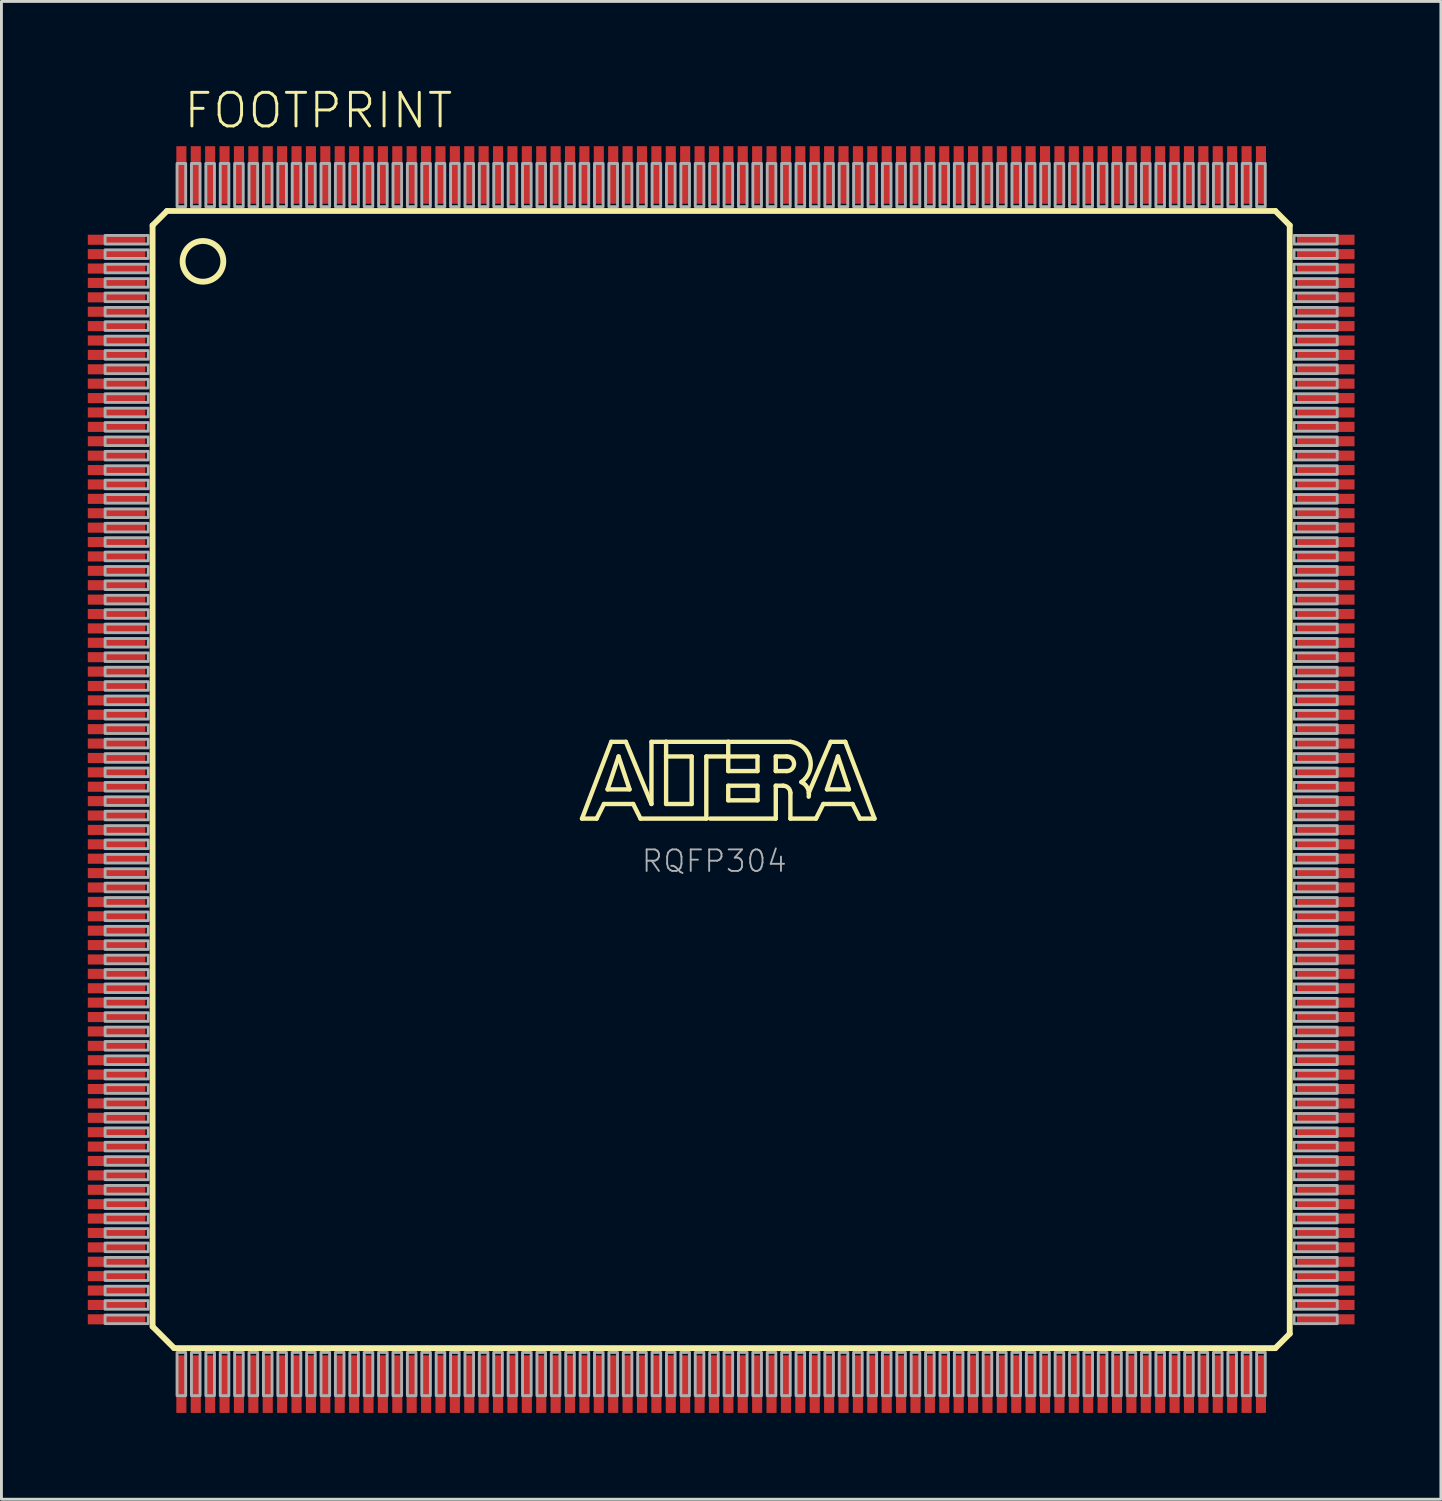
<source format=kicad_pcb>
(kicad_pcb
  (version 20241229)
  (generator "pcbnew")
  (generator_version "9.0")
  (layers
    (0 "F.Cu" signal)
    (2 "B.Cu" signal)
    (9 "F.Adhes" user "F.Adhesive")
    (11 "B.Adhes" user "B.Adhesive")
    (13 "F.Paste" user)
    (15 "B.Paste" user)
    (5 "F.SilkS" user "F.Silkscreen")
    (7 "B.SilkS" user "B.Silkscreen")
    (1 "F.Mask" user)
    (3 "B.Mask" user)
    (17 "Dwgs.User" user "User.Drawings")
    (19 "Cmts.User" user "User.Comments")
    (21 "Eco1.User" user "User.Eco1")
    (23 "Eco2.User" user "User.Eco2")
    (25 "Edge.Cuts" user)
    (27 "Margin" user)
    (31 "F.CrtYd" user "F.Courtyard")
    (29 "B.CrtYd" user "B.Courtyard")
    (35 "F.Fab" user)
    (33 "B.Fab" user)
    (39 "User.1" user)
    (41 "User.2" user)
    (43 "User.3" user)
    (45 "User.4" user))
  (footprint "FOOTPRINT"
    (layer "F.Cu")
    (at 22 24.028)
    (property "Reference" "FOOTPRINT" (at -18.729 -22.555 0) (layer "F.SilkS") (effects (font (size 1.168 1.168) (thickness 0.102)) (justify left bottom)))
    (fp_line (start -19.75 -19.25) (end -19.25 -19.75) (stroke (width 0.203) (type solid)) (layer "F.SilkS"))
    (fp_line (start -19.75 19) (end -19.75 -19.25) (stroke (width 0.203) (type solid)) (layer "F.SilkS"))
    (fp_line (start -19.25 -19.75) (end 19.25 -19.75) (stroke (width 0.203) (type solid)) (layer "F.SilkS"))
    (fp_line (start -19 19.75) (end -19.75 19) (stroke (width 0.203) (type solid)) (layer "F.SilkS"))
    (fp_line (start -4.834 1.357) (end -3.818 -1.31) (stroke (width 0.152) (type solid)) (layer "F.SilkS"))
    (fp_line (start -4.326 1.357) (end -4.834 1.357) (stroke (width 0.152) (type solid)) (layer "F.SilkS"))
    (fp_line (start -4.072 0.849) (end -4.326 1.357) (stroke (width 0.152) (type solid)) (layer "F.SilkS"))
    (fp_line (start -3.945 0.341) (end -3.183 0.341) (stroke (width 0.152) (type solid)) (layer "F.SilkS"))
    (fp_line (start -3.818 -1.31) (end -3.31 -1.31) (stroke (width 0.152) (type solid)) (layer "F.SilkS"))
    (fp_line (start -3.564 -0.802) (end -3.945 0.341) (stroke (width 0.152) (type solid)) (layer "F.SilkS"))
    (fp_line (start -3.31 -1.31) (end -2.421 0.849) (stroke (width 0.152) (type solid)) (layer "F.SilkS"))
    (fp_line (start -3.183 0.341) (end -3.564 -0.802) (stroke (width 0.152) (type solid)) (layer "F.SilkS"))
    (fp_line (start -3.056 0.849) (end -4.072 0.849) (stroke (width 0.152) (type solid)) (layer "F.SilkS"))
    (fp_line (start -2.802 1.357) (end -3.056 0.849) (stroke (width 0.152) (type solid)) (layer "F.SilkS"))
    (fp_line (start -2.421 -1.31) (end -1.913 -1.31) (stroke (width 0.152) (type solid)) (layer "F.SilkS"))
    (fp_line (start -2.421 0.849) (end -2.421 -1.31) (stroke (width 0.152) (type solid)) (layer "F.SilkS"))
    (fp_line (start -1.913 -1.31) (end -1.913 -0.802) (stroke (width 0.152) (type solid)) (layer "F.SilkS"))
    (fp_line (start -1.913 -1.31) (end 0.246 -1.31) (stroke (width 0.152) (type solid)) (layer "F.SilkS"))
    (fp_line (start -1.913 -0.802) (end -1.913 0.849) (stroke (width 0.152) (type solid)) (layer "F.SilkS"))
    (fp_line (start -1.913 0.849) (end -1.024 0.849) (stroke (width 0.152) (type solid)) (layer "F.SilkS"))
    (fp_line (start -1.024 -0.802) (end -1.913 -0.802) (stroke (width 0.152) (type solid)) (layer "F.SilkS"))
    (fp_line (start -1.024 0.849) (end -1.024 -0.802) (stroke (width 0.152) (type solid)) (layer "F.SilkS"))
    (fp_line (start -0.516 -0.802) (end -0.516 1.357) (stroke (width 0.152) (type solid)) (layer "F.SilkS"))
    (fp_line (start -0.516 1.357) (end -2.802 1.357) (stroke (width 0.152) (type solid)) (layer "F.SilkS"))
    (fp_line (start 0.246 -1.31) (end 0.246 -0.802) (stroke (width 0.152) (type solid)) (layer "F.SilkS"))
    (fp_line (start 0.246 -1.31) (end 2.405 -1.31) (stroke (width 0.152) (type solid)) (layer "F.SilkS"))
    (fp_line (start 0.246 -0.802) (end -0.516 -0.802) (stroke (width 0.152) (type solid)) (layer "F.SilkS"))
    (fp_line (start 0.246 -0.802) (end 0.246 -0.294) (stroke (width 0.152) (type solid)) (layer "F.SilkS"))
    (fp_line (start 0.246 -0.294) (end 1.262 -0.294) (stroke (width 0.152) (type solid)) (layer "F.SilkS"))
    (fp_line (start 0.246 0.214) (end 1.262 0.214) (stroke (width 0.152) (type solid)) (layer "F.SilkS"))
    (fp_line (start 0.246 0.722) (end 0.246 0.214) (stroke (width 0.152) (type solid)) (layer "F.SilkS"))
    (fp_line (start 1.262 -0.802) (end 0.246 -0.802) (stroke (width 0.152) (type solid)) (layer "F.SilkS"))
    (fp_line (start 1.262 -0.294) (end 1.262 -0.802) (stroke (width 0.152) (type solid)) (layer "F.SilkS"))
    (fp_line (start 1.262 0.214) (end 1.262 0.722) (stroke (width 0.152) (type solid)) (layer "F.SilkS"))
    (fp_line (start 1.262 0.722) (end 0.246 0.722) (stroke (width 0.152) (type solid)) (layer "F.SilkS"))
    (fp_line (start 1.897 -0.802) (end 1.897 -0.294) (stroke (width 0.152) (type solid)) (layer "F.SilkS"))
    (fp_line (start 1.897 -0.294) (end 2.278 -0.294) (stroke (width 0.152) (type solid)) (layer "F.SilkS"))
    (fp_line (start 1.897 0.214) (end 1.897 1.357) (stroke (width 0.152) (type solid)) (layer "F.SilkS"))
    (fp_line (start 1.897 0.214) (end 2.151 0.214) (stroke (width 0.152) (type solid)) (layer "F.SilkS"))
    (fp_line (start 1.897 1.357) (end -0.389 1.357) (stroke (width 0.152) (type solid)) (layer "F.SilkS"))
    (fp_line (start 2.278 -0.802) (end 1.897 -0.802) (stroke (width 0.152) (type solid)) (layer "F.SilkS"))
    (fp_line (start 2.405 0.468) (end 2.405 1.357) (stroke (width 0.152) (type solid)) (layer "F.SilkS"))
    (fp_line (start 2.405 1.357) (end 3.294 1.357) (stroke (width 0.152) (type solid)) (layer "F.SilkS"))
    (fp_line (start 3.294 1.357) (end 3.548 0.849) (stroke (width 0.152) (type solid)) (layer "F.SilkS"))
    (fp_line (start 3.548 0.849) (end 4.564 0.849) (stroke (width 0.152) (type solid)) (layer "F.SilkS"))
    (fp_line (start 3.675 0.341) (end 4.056 -0.802) (stroke (width 0.152) (type solid)) (layer "F.SilkS"))
    (fp_line (start 3.802 -1.31) (end 3.04 0.468) (stroke (width 0.152) (type solid)) (layer "F.SilkS"))
    (fp_line (start 4.056 -0.802) (end 4.437 0.341) (stroke (width 0.152) (type solid)) (layer "F.SilkS"))
    (fp_line (start 4.31 -1.31) (end 3.802 -1.31) (stroke (width 0.152) (type solid)) (layer "F.SilkS"))
    (fp_line (start 4.437 0.341) (end 3.675 0.341) (stroke (width 0.152) (type solid)) (layer "F.SilkS"))
    (fp_line (start 4.564 0.849) (end 4.818 1.357) (stroke (width 0.152) (type solid)) (layer "F.SilkS"))
    (fp_line (start 4.818 1.357) (end 5.326 1.357) (stroke (width 0.152) (type solid)) (layer "F.SilkS"))
    (fp_line (start 5.326 1.357) (end 4.31 -1.31) (stroke (width 0.152) (type solid)) (layer "F.SilkS"))
    (fp_line (start 19.25 -19.75) (end 19.75 -19.25) (stroke (width 0.203) (type solid)) (layer "F.SilkS"))
    (fp_line (start 19.25 19.75) (end -19 19.75) (stroke (width 0.203) (type solid)) (layer "F.SilkS"))
    (fp_line (start 19.75 -19.25) (end 19.75 19.25) (stroke (width 0.203) (type solid)) (layer "F.SilkS"))
    (fp_line (start 19.75 19.25) (end 19.25 19.75) (stroke (width 0.203) (type solid)) (layer "F.SilkS"))
    (fp_arc (start 2.151 0.214) (mid 2.330605 0.288395) (end 2.405 0.468) (stroke (width 0.1524) (type solid)) (layer "F.SilkS"))
    (fp_arc (start 2.278 -0.802) (mid 2.532 -0.548) (end 2.278 -0.294) (stroke (width 0.1524) (type solid)) (layer "F.SilkS"))
    (fp_arc (start 2.405 -1.31) (mid 3.084953 -0.744769) (end 2.786098 0.087401) (stroke (width 0.1524) (type solid)) (layer "F.SilkS"))
    (fp_arc (start 2.7861 0.0871) (mid 3.002081 0.296587) (end 3.039799 0.5951) (stroke (width 0.1524) (type solid)) (layer "F.SilkS"))
    (fp_circle (center -18 -18) (end -17.293 -18) (stroke (width 0.203) (type solid)) (fill no) (layer "F.SilkS"))
    (fp_poly (pts (xy -21.4 -18.6) (xy -19.9 -18.6) (xy -19.9 -18.9) (xy -21.4 -18.9)) (stroke (width 0.1) (type solid)) (fill no) (layer "F.Fab"))
    (fp_poly (pts (xy -21.4 -18.1) (xy -19.9 -18.1) (xy -19.9 -18.4) (xy -21.4 -18.4)) (stroke (width 0.1) (type solid)) (fill no) (layer "F.Fab"))
    (fp_poly (pts (xy -21.4 -17.6) (xy -19.9 -17.6) (xy -19.9 -17.9) (xy -21.4 -17.9)) (stroke (width 0.1) (type solid)) (fill no) (layer "F.Fab"))
    (fp_poly (pts (xy -21.4 -17.1) (xy -19.9 -17.1) (xy -19.9 -17.4) (xy -21.4 -17.4)) (stroke (width 0.1) (type solid)) (fill no) (layer "F.Fab"))
    (fp_poly (pts (xy -21.4 -16.6) (xy -19.9 -16.6) (xy -19.9 -16.9) (xy -21.4 -16.9)) (stroke (width 0.1) (type solid)) (fill no) (layer "F.Fab"))
    (fp_poly (pts (xy -21.4 -16.1) (xy -19.9 -16.1) (xy -19.9 -16.4) (xy -21.4 -16.4)) (stroke (width 0.1) (type solid)) (fill no) (layer "F.Fab"))
    (fp_poly (pts (xy -21.4 -15.6) (xy -19.9 -15.6) (xy -19.9 -15.9) (xy -21.4 -15.9)) (stroke (width 0.1) (type solid)) (fill no) (layer "F.Fab"))
    (fp_poly (pts (xy -21.4 -15.1) (xy -19.9 -15.1) (xy -19.9 -15.4) (xy -21.4 -15.4)) (stroke (width 0.1) (type solid)) (fill no) (layer "F.Fab"))
    (fp_poly (pts (xy -21.4 -14.6) (xy -19.9 -14.6) (xy -19.9 -14.9) (xy -21.4 -14.9)) (stroke (width 0.1) (type solid)) (fill no) (layer "F.Fab"))
    (fp_poly (pts (xy -21.4 -14.1) (xy -19.9 -14.1) (xy -19.9 -14.4) (xy -21.4 -14.4)) (stroke (width 0.1) (type solid)) (fill no) (layer "F.Fab"))
    (fp_poly (pts (xy -21.4 -13.6) (xy -19.9 -13.6) (xy -19.9 -13.9) (xy -21.4 -13.9)) (stroke (width 0.1) (type solid)) (fill no) (layer "F.Fab"))
    (fp_poly (pts (xy -21.4 -13.1) (xy -19.9 -13.1) (xy -19.9 -13.4) (xy -21.4 -13.4)) (stroke (width 0.1) (type solid)) (fill no) (layer "F.Fab"))
    (fp_poly (pts (xy -21.4 -12.6) (xy -19.9 -12.6) (xy -19.9 -12.9) (xy -21.4 -12.9)) (stroke (width 0.1) (type solid)) (fill no) (layer "F.Fab"))
    (fp_poly (pts (xy -21.4 -12.1) (xy -19.9 -12.1) (xy -19.9 -12.4) (xy -21.4 -12.4)) (stroke (width 0.1) (type solid)) (fill no) (layer "F.Fab"))
    (fp_poly (pts (xy -21.4 -11.6) (xy -19.9 -11.6) (xy -19.9 -11.9) (xy -21.4 -11.9)) (stroke (width 0.1) (type solid)) (fill no) (layer "F.Fab"))
    (fp_poly (pts (xy -21.4 -11.1) (xy -19.9 -11.1) (xy -19.9 -11.4) (xy -21.4 -11.4)) (stroke (width 0.1) (type solid)) (fill no) (layer "F.Fab"))
    (fp_poly (pts (xy -21.4 -10.6) (xy -19.9 -10.6) (xy -19.9 -10.9) (xy -21.4 -10.9)) (stroke (width 0.1) (type solid)) (fill no) (layer "F.Fab"))
    (fp_poly (pts (xy -21.4 -10.1) (xy -19.9 -10.1) (xy -19.9 -10.4) (xy -21.4 -10.4)) (stroke (width 0.1) (type solid)) (fill no) (layer "F.Fab"))
    (fp_poly (pts (xy -21.4 -9.6) (xy -19.9 -9.6) (xy -19.9 -9.9) (xy -21.4 -9.9)) (stroke (width 0.1) (type solid)) (fill no) (layer "F.Fab"))
    (fp_poly (pts (xy -21.4 -9.1) (xy -19.9 -9.1) (xy -19.9 -9.4) (xy -21.4 -9.4)) (stroke (width 0.1) (type solid)) (fill no) (layer "F.Fab"))
    (fp_poly (pts (xy -21.4 -8.6) (xy -19.9 -8.6) (xy -19.9 -8.9) (xy -21.4 -8.9)) (stroke (width 0.1) (type solid)) (fill no) (layer "F.Fab"))
    (fp_poly (pts (xy -21.4 -8.1) (xy -19.9 -8.1) (xy -19.9 -8.4) (xy -21.4 -8.4)) (stroke (width 0.1) (type solid)) (fill no) (layer "F.Fab"))
    (fp_poly (pts (xy -21.4 -7.6) (xy -19.9 -7.6) (xy -19.9 -7.9) (xy -21.4 -7.9)) (stroke (width 0.1) (type solid)) (fill no) (layer "F.Fab"))
    (fp_poly (pts (xy -21.4 -7.1) (xy -19.9 -7.1) (xy -19.9 -7.4) (xy -21.4 -7.4)) (stroke (width 0.1) (type solid)) (fill no) (layer "F.Fab"))
    (fp_poly (pts (xy -21.4 -6.6) (xy -19.9 -6.6) (xy -19.9 -6.9) (xy -21.4 -6.9)) (stroke (width 0.1) (type solid)) (fill no) (layer "F.Fab"))
    (fp_poly (pts (xy -21.4 -6.1) (xy -19.9 -6.1) (xy -19.9 -6.4) (xy -21.4 -6.4)) (stroke (width 0.1) (type solid)) (fill no) (layer "F.Fab"))
    (fp_poly (pts (xy -21.4 -5.6) (xy -19.9 -5.6) (xy -19.9 -5.9) (xy -21.4 -5.9)) (stroke (width 0.1) (type solid)) (fill no) (layer "F.Fab"))
    (fp_poly (pts (xy -21.4 -5.1) (xy -19.9 -5.1) (xy -19.9 -5.4) (xy -21.4 -5.4)) (stroke (width 0.1) (type solid)) (fill no) (layer "F.Fab"))
    (fp_poly (pts (xy -21.4 -4.6) (xy -19.9 -4.6) (xy -19.9 -4.9) (xy -21.4 -4.9)) (stroke (width 0.1) (type solid)) (fill no) (layer "F.Fab"))
    (fp_poly (pts (xy -21.4 -4.1) (xy -19.9 -4.1) (xy -19.9 -4.4) (xy -21.4 -4.4)) (stroke (width 0.1) (type solid)) (fill no) (layer "F.Fab"))
    (fp_poly (pts (xy -21.4 -3.6) (xy -19.9 -3.6) (xy -19.9 -3.9) (xy -21.4 -3.9)) (stroke (width 0.1) (type solid)) (fill no) (layer "F.Fab"))
    (fp_poly (pts (xy -21.4 -3.1) (xy -19.9 -3.1) (xy -19.9 -3.4) (xy -21.4 -3.4)) (stroke (width 0.1) (type solid)) (fill no) (layer "F.Fab"))
    (fp_poly (pts (xy -21.4 -2.6) (xy -19.9 -2.6) (xy -19.9 -2.9) (xy -21.4 -2.9)) (stroke (width 0.1) (type solid)) (fill no) (layer "F.Fab"))
    (fp_poly (pts (xy -21.4 -2.1) (xy -19.9 -2.1) (xy -19.9 -2.4) (xy -21.4 -2.4)) (stroke (width 0.1) (type solid)) (fill no) (layer "F.Fab"))
    (fp_poly (pts (xy -21.4 -1.6) (xy -19.9 -1.6) (xy -19.9 -1.9) (xy -21.4 -1.9)) (stroke (width 0.1) (type solid)) (fill no) (layer "F.Fab"))
    (fp_poly (pts (xy -21.4 -1.1) (xy -19.9 -1.1) (xy -19.9 -1.4) (xy -21.4 -1.4)) (stroke (width 0.1) (type solid)) (fill no) (layer "F.Fab"))
    (fp_poly (pts (xy -21.4 -0.6) (xy -19.9 -0.6) (xy -19.9 -0.9) (xy -21.4 -0.9)) (stroke (width 0.1) (type solid)) (fill no) (layer "F.Fab"))
    (fp_poly (pts (xy -21.4 -0.1) (xy -19.9 -0.1) (xy -19.9 -0.4) (xy -21.4 -0.4)) (stroke (width 0.1) (type solid)) (fill no) (layer "F.Fab"))
    (fp_poly (pts (xy -21.4 0.4) (xy -19.9 0.4) (xy -19.9 0.1) (xy -21.4 0.1)) (stroke (width 0.1) (type solid)) (fill no) (layer "F.Fab"))
    (fp_poly (pts (xy -21.4 0.9) (xy -19.9 0.9) (xy -19.9 0.6) (xy -21.4 0.6)) (stroke (width 0.1) (type solid)) (fill no) (layer "F.Fab"))
    (fp_poly (pts (xy -21.4 1.4) (xy -19.9 1.4) (xy -19.9 1.1) (xy -21.4 1.1)) (stroke (width 0.1) (type solid)) (fill no) (layer "F.Fab"))
    (fp_poly (pts (xy -21.4 1.9) (xy -19.9 1.9) (xy -19.9 1.6) (xy -21.4 1.6)) (stroke (width 0.1) (type solid)) (fill no) (layer "F.Fab"))
    (fp_poly (pts (xy -21.4 2.4) (xy -19.9 2.4) (xy -19.9 2.1) (xy -21.4 2.1)) (stroke (width 0.1) (type solid)) (fill no) (layer "F.Fab"))
    (fp_poly (pts (xy -21.4 2.9) (xy -19.9 2.9) (xy -19.9 2.6) (xy -21.4 2.6)) (stroke (width 0.1) (type solid)) (fill no) (layer "F.Fab"))
    (fp_poly (pts (xy -21.4 3.4) (xy -19.9 3.4) (xy -19.9 3.1) (xy -21.4 3.1)) (stroke (width 0.1) (type solid)) (fill no) (layer "F.Fab"))
    (fp_poly (pts (xy -21.4 3.9) (xy -19.9 3.9) (xy -19.9 3.6) (xy -21.4 3.6)) (stroke (width 0.1) (type solid)) (fill no) (layer "F.Fab"))
    (fp_poly (pts (xy -21.4 4.4) (xy -19.9 4.4) (xy -19.9 4.1) (xy -21.4 4.1)) (stroke (width 0.1) (type solid)) (fill no) (layer "F.Fab"))
    (fp_poly (pts (xy -21.4 4.9) (xy -19.9 4.9) (xy -19.9 4.6) (xy -21.4 4.6)) (stroke (width 0.1) (type solid)) (fill no) (layer "F.Fab"))
    (fp_poly (pts (xy -21.4 5.4) (xy -19.9 5.4) (xy -19.9 5.1) (xy -21.4 5.1)) (stroke (width 0.1) (type solid)) (fill no) (layer "F.Fab"))
    (fp_poly (pts (xy -21.4 5.9) (xy -19.9 5.9) (xy -19.9 5.6) (xy -21.4 5.6)) (stroke (width 0.1) (type solid)) (fill no) (layer "F.Fab"))
    (fp_poly (pts (xy -21.4 6.4) (xy -19.9 6.4) (xy -19.9 6.1) (xy -21.4 6.1)) (stroke (width 0.1) (type solid)) (fill no) (layer "F.Fab"))
    (fp_poly (pts (xy -21.4 6.9) (xy -19.9 6.9) (xy -19.9 6.6) (xy -21.4 6.6)) (stroke (width 0.1) (type solid)) (fill no) (layer "F.Fab"))
    (fp_poly (pts (xy -21.4 7.4) (xy -19.9 7.4) (xy -19.9 7.1) (xy -21.4 7.1)) (stroke (width 0.1) (type solid)) (fill no) (layer "F.Fab"))
    (fp_poly (pts (xy -21.4 7.9) (xy -19.9 7.9) (xy -19.9 7.6) (xy -21.4 7.6)) (stroke (width 0.1) (type solid)) (fill no) (layer "F.Fab"))
    (fp_poly (pts (xy -21.4 8.4) (xy -19.9 8.4) (xy -19.9 8.1) (xy -21.4 8.1)) (stroke (width 0.1) (type solid)) (fill no) (layer "F.Fab"))
    (fp_poly (pts (xy -21.4 8.9) (xy -19.9 8.9) (xy -19.9 8.6) (xy -21.4 8.6)) (stroke (width 0.1) (type solid)) (fill no) (layer "F.Fab"))
    (fp_poly (pts (xy -21.4 9.4) (xy -19.9 9.4) (xy -19.9 9.1) (xy -21.4 9.1)) (stroke (width 0.1) (type solid)) (fill no) (layer "F.Fab"))
    (fp_poly (pts (xy -21.4 9.9) (xy -19.9 9.9) (xy -19.9 9.6) (xy -21.4 9.6)) (stroke (width 0.1) (type solid)) (fill no) (layer "F.Fab"))
    (fp_poly (pts (xy -21.4 10.4) (xy -19.9 10.4) (xy -19.9 10.1) (xy -21.4 10.1)) (stroke (width 0.1) (type solid)) (fill no) (layer "F.Fab"))
    (fp_poly (pts (xy -21.4 10.9) (xy -19.9 10.9) (xy -19.9 10.6) (xy -21.4 10.6)) (stroke (width 0.1) (type solid)) (fill no) (layer "F.Fab"))
    (fp_poly (pts (xy -21.4 11.4) (xy -19.9 11.4) (xy -19.9 11.1) (xy -21.4 11.1)) (stroke (width 0.1) (type solid)) (fill no) (layer "F.Fab"))
    (fp_poly (pts (xy -21.4 11.9) (xy -19.9 11.9) (xy -19.9 11.6) (xy -21.4 11.6)) (stroke (width 0.1) (type solid)) (fill no) (layer "F.Fab"))
    (fp_poly (pts (xy -21.4 12.4) (xy -19.9 12.4) (xy -19.9 12.1) (xy -21.4 12.1)) (stroke (width 0.1) (type solid)) (fill no) (layer "F.Fab"))
    (fp_poly (pts (xy -21.4 12.9) (xy -19.9 12.9) (xy -19.9 12.6) (xy -21.4 12.6)) (stroke (width 0.1) (type solid)) (fill no) (layer "F.Fab"))
    (fp_poly (pts (xy -21.4 13.4) (xy -19.9 13.4) (xy -19.9 13.1) (xy -21.4 13.1)) (stroke (width 0.1) (type solid)) (fill no) (layer "F.Fab"))
    (fp_poly (pts (xy -21.4 13.9) (xy -19.9 13.9) (xy -19.9 13.6) (xy -21.4 13.6)) (stroke (width 0.1) (type solid)) (fill no) (layer "F.Fab"))
    (fp_poly (pts (xy -21.4 14.4) (xy -19.9 14.4) (xy -19.9 14.1) (xy -21.4 14.1)) (stroke (width 0.1) (type solid)) (fill no) (layer "F.Fab"))
    (fp_poly (pts (xy -21.4 14.9) (xy -19.9 14.9) (xy -19.9 14.6) (xy -21.4 14.6)) (stroke (width 0.1) (type solid)) (fill no) (layer "F.Fab"))
    (fp_poly (pts (xy -21.4 15.4) (xy -19.9 15.4) (xy -19.9 15.1) (xy -21.4 15.1)) (stroke (width 0.1) (type solid)) (fill no) (layer "F.Fab"))
    (fp_poly (pts (xy -21.4 15.9) (xy -19.9 15.9) (xy -19.9 15.6) (xy -21.4 15.6)) (stroke (width 0.1) (type solid)) (fill no) (layer "F.Fab"))
    (fp_poly (pts (xy -21.4 16.4) (xy -19.9 16.4) (xy -19.9 16.1) (xy -21.4 16.1)) (stroke (width 0.1) (type solid)) (fill no) (layer "F.Fab"))
    (fp_poly (pts (xy -21.4 16.9) (xy -19.9 16.9) (xy -19.9 16.6) (xy -21.4 16.6)) (stroke (width 0.1) (type solid)) (fill no) (layer "F.Fab"))
    (fp_poly (pts (xy -21.4 17.4) (xy -19.9 17.4) (xy -19.9 17.1) (xy -21.4 17.1)) (stroke (width 0.1) (type solid)) (fill no) (layer "F.Fab"))
    (fp_poly (pts (xy -21.4 17.9) (xy -19.9 17.9) (xy -19.9 17.6) (xy -21.4 17.6)) (stroke (width 0.1) (type solid)) (fill no) (layer "F.Fab"))
    (fp_poly (pts (xy -21.4 18.4) (xy -19.9 18.4) (xy -19.9 18.1) (xy -21.4 18.1)) (stroke (width 0.1) (type solid)) (fill no) (layer "F.Fab"))
    (fp_poly (pts (xy -21.4 18.9) (xy -19.9 18.9) (xy -19.9 18.6) (xy -21.4 18.6)) (stroke (width 0.1) (type solid)) (fill no) (layer "F.Fab"))
    (fp_poly (pts (xy -18.9 -19.9) (xy -18.6 -19.9) (xy -18.6 -21.4) (xy -18.9 -21.4)) (stroke (width 0.1) (type solid)) (fill no) (layer "F.Fab"))
    (fp_poly (pts (xy -18.9 21.4) (xy -18.6 21.4) (xy -18.6 19.9) (xy -18.9 19.9)) (stroke (width 0.1) (type solid)) (fill no) (layer "F.Fab"))
    (fp_poly (pts (xy -18.4 -19.9) (xy -18.1 -19.9) (xy -18.1 -21.4) (xy -18.4 -21.4)) (stroke (width 0.1) (type solid)) (fill no) (layer "F.Fab"))
    (fp_poly (pts (xy -18.4 21.4) (xy -18.1 21.4) (xy -18.1 19.9) (xy -18.4 19.9)) (stroke (width 0.1) (type solid)) (fill no) (layer "F.Fab"))
    (fp_poly (pts (xy -17.9 -19.9) (xy -17.6 -19.9) (xy -17.6 -21.4) (xy -17.9 -21.4)) (stroke (width 0.1) (type solid)) (fill no) (layer "F.Fab"))
    (fp_poly (pts (xy -17.9 21.4) (xy -17.6 21.4) (xy -17.6 19.9) (xy -17.9 19.9)) (stroke (width 0.1) (type solid)) (fill no) (layer "F.Fab"))
    (fp_poly (pts (xy -17.4 -19.9) (xy -17.1 -19.9) (xy -17.1 -21.4) (xy -17.4 -21.4)) (stroke (width 0.1) (type solid)) (fill no) (layer "F.Fab"))
    (fp_poly (pts (xy -17.4 21.4) (xy -17.1 21.4) (xy -17.1 19.9) (xy -17.4 19.9)) (stroke (width 0.1) (type solid)) (fill no) (layer "F.Fab"))
    (fp_poly (pts (xy -16.9 -19.9) (xy -16.6 -19.9) (xy -16.6 -21.4) (xy -16.9 -21.4)) (stroke (width 0.1) (type solid)) (fill no) (layer "F.Fab"))
    (fp_poly (pts (xy -16.9 21.4) (xy -16.6 21.4) (xy -16.6 19.9) (xy -16.9 19.9)) (stroke (width 0.1) (type solid)) (fill no) (layer "F.Fab"))
    (fp_poly (pts (xy -16.4 -19.9) (xy -16.1 -19.9) (xy -16.1 -21.4) (xy -16.4 -21.4)) (stroke (width 0.1) (type solid)) (fill no) (layer "F.Fab"))
    (fp_poly (pts (xy -16.4 21.4) (xy -16.1 21.4) (xy -16.1 19.9) (xy -16.4 19.9)) (stroke (width 0.1) (type solid)) (fill no) (layer "F.Fab"))
    (fp_poly (pts (xy -15.9 -19.9) (xy -15.6 -19.9) (xy -15.6 -21.4) (xy -15.9 -21.4)) (stroke (width 0.1) (type solid)) (fill no) (layer "F.Fab"))
    (fp_poly (pts (xy -15.9 21.4) (xy -15.6 21.4) (xy -15.6 19.9) (xy -15.9 19.9)) (stroke (width 0.1) (type solid)) (fill no) (layer "F.Fab"))
    (fp_poly (pts (xy -15.4 -19.9) (xy -15.1 -19.9) (xy -15.1 -21.4) (xy -15.4 -21.4)) (stroke (width 0.1) (type solid)) (fill no) (layer "F.Fab"))
    (fp_poly (pts (xy -15.4 21.4) (xy -15.1 21.4) (xy -15.1 19.9) (xy -15.4 19.9)) (stroke (width 0.1) (type solid)) (fill no) (layer "F.Fab"))
    (fp_poly (pts (xy -14.9 -19.9) (xy -14.6 -19.9) (xy -14.6 -21.4) (xy -14.9 -21.4)) (stroke (width 0.1) (type solid)) (fill no) (layer "F.Fab"))
    (fp_poly (pts (xy -14.9 21.4) (xy -14.6 21.4) (xy -14.6 19.9) (xy -14.9 19.9)) (stroke (width 0.1) (type solid)) (fill no) (layer "F.Fab"))
    (fp_poly (pts (xy -14.4 -19.9) (xy -14.1 -19.9) (xy -14.1 -21.4) (xy -14.4 -21.4)) (stroke (width 0.1) (type solid)) (fill no) (layer "F.Fab"))
    (fp_poly (pts (xy -14.4 21.4) (xy -14.1 21.4) (xy -14.1 19.9) (xy -14.4 19.9)) (stroke (width 0.1) (type solid)) (fill no) (layer "F.Fab"))
    (fp_poly (pts (xy -13.9 -19.9) (xy -13.6 -19.9) (xy -13.6 -21.4) (xy -13.9 -21.4)) (stroke (width 0.1) (type solid)) (fill no) (layer "F.Fab"))
    (fp_poly (pts (xy -13.9 21.4) (xy -13.6 21.4) (xy -13.6 19.9) (xy -13.9 19.9)) (stroke (width 0.1) (type solid)) (fill no) (layer "F.Fab"))
    (fp_poly (pts (xy -13.4 -19.9) (xy -13.1 -19.9) (xy -13.1 -21.4) (xy -13.4 -21.4)) (stroke (width 0.1) (type solid)) (fill no) (layer "F.Fab"))
    (fp_poly (pts (xy -13.4 21.4) (xy -13.1 21.4) (xy -13.1 19.9) (xy -13.4 19.9)) (stroke (width 0.1) (type solid)) (fill no) (layer "F.Fab"))
    (fp_poly (pts (xy -12.9 -19.9) (xy -12.6 -19.9) (xy -12.6 -21.4) (xy -12.9 -21.4)) (stroke (width 0.1) (type solid)) (fill no) (layer "F.Fab"))
    (fp_poly (pts (xy -12.9 21.4) (xy -12.6 21.4) (xy -12.6 19.9) (xy -12.9 19.9)) (stroke (width 0.1) (type solid)) (fill no) (layer "F.Fab"))
    (fp_poly (pts (xy -12.4 -19.9) (xy -12.1 -19.9) (xy -12.1 -21.4) (xy -12.4 -21.4)) (stroke (width 0.1) (type solid)) (fill no) (layer "F.Fab"))
    (fp_poly (pts (xy -12.4 21.4) (xy -12.1 21.4) (xy -12.1 19.9) (xy -12.4 19.9)) (stroke (width 0.1) (type solid)) (fill no) (layer "F.Fab"))
    (fp_poly (pts (xy -11.9 -19.9) (xy -11.6 -19.9) (xy -11.6 -21.4) (xy -11.9 -21.4)) (stroke (width 0.1) (type solid)) (fill no) (layer "F.Fab"))
    (fp_poly (pts (xy -11.9 21.4) (xy -11.6 21.4) (xy -11.6 19.9) (xy -11.9 19.9)) (stroke (width 0.1) (type solid)) (fill no) (layer "F.Fab"))
    (fp_poly (pts (xy -11.4 -19.9) (xy -11.1 -19.9) (xy -11.1 -21.4) (xy -11.4 -21.4)) (stroke (width 0.1) (type solid)) (fill no) (layer "F.Fab"))
    (fp_poly (pts (xy -11.4 21.4) (xy -11.1 21.4) (xy -11.1 19.9) (xy -11.4 19.9)) (stroke (width 0.1) (type solid)) (fill no) (layer "F.Fab"))
    (fp_poly (pts (xy -10.9 -19.9) (xy -10.6 -19.9) (xy -10.6 -21.4) (xy -10.9 -21.4)) (stroke (width 0.1) (type solid)) (fill no) (layer "F.Fab"))
    (fp_poly (pts (xy -10.9 21.4) (xy -10.6 21.4) (xy -10.6 19.9) (xy -10.9 19.9)) (stroke (width 0.1) (type solid)) (fill no) (layer "F.Fab"))
    (fp_poly (pts (xy -10.4 -19.9) (xy -10.1 -19.9) (xy -10.1 -21.4) (xy -10.4 -21.4)) (stroke (width 0.1) (type solid)) (fill no) (layer "F.Fab"))
    (fp_poly (pts (xy -10.4 21.4) (xy -10.1 21.4) (xy -10.1 19.9) (xy -10.4 19.9)) (stroke (width 0.1) (type solid)) (fill no) (layer "F.Fab"))
    (fp_poly (pts (xy -9.9 -19.9) (xy -9.6 -19.9) (xy -9.6 -21.4) (xy -9.9 -21.4)) (stroke (width 0.1) (type solid)) (fill no) (layer "F.Fab"))
    (fp_poly (pts (xy -9.9 21.4) (xy -9.6 21.4) (xy -9.6 19.9) (xy -9.9 19.9)) (stroke (width 0.1) (type solid)) (fill no) (layer "F.Fab"))
    (fp_poly (pts (xy -9.4 -19.9) (xy -9.1 -19.9) (xy -9.1 -21.4) (xy -9.4 -21.4)) (stroke (width 0.1) (type solid)) (fill no) (layer "F.Fab"))
    (fp_poly (pts (xy -9.4 21.4) (xy -9.1 21.4) (xy -9.1 19.9) (xy -9.4 19.9)) (stroke (width 0.1) (type solid)) (fill no) (layer "F.Fab"))
    (fp_poly (pts (xy -8.9 -19.9) (xy -8.6 -19.9) (xy -8.6 -21.4) (xy -8.9 -21.4)) (stroke (width 0.1) (type solid)) (fill no) (layer "F.Fab"))
    (fp_poly (pts (xy -8.9 21.4) (xy -8.6 21.4) (xy -8.6 19.9) (xy -8.9 19.9)) (stroke (width 0.1) (type solid)) (fill no) (layer "F.Fab"))
    (fp_poly (pts (xy -8.4 -19.9) (xy -8.1 -19.9) (xy -8.1 -21.4) (xy -8.4 -21.4)) (stroke (width 0.1) (type solid)) (fill no) (layer "F.Fab"))
    (fp_poly (pts (xy -8.4 21.4) (xy -8.1 21.4) (xy -8.1 19.9) (xy -8.4 19.9)) (stroke (width 0.1) (type solid)) (fill no) (layer "F.Fab"))
    (fp_poly (pts (xy -7.9 -19.9) (xy -7.6 -19.9) (xy -7.6 -21.4) (xy -7.9 -21.4)) (stroke (width 0.1) (type solid)) (fill no) (layer "F.Fab"))
    (fp_poly (pts (xy -7.9 21.4) (xy -7.6 21.4) (xy -7.6 19.9) (xy -7.9 19.9)) (stroke (width 0.1) (type solid)) (fill no) (layer "F.Fab"))
    (fp_poly (pts (xy -7.4 -19.9) (xy -7.1 -19.9) (xy -7.1 -21.4) (xy -7.4 -21.4)) (stroke (width 0.1) (type solid)) (fill no) (layer "F.Fab"))
    (fp_poly (pts (xy -7.4 21.4) (xy -7.1 21.4) (xy -7.1 19.9) (xy -7.4 19.9)) (stroke (width 0.1) (type solid)) (fill no) (layer "F.Fab"))
    (fp_poly (pts (xy -6.9 -19.9) (xy -6.6 -19.9) (xy -6.6 -21.4) (xy -6.9 -21.4)) (stroke (width 0.1) (type solid)) (fill no) (layer "F.Fab"))
    (fp_poly (pts (xy -6.9 21.4) (xy -6.6 21.4) (xy -6.6 19.9) (xy -6.9 19.9)) (stroke (width 0.1) (type solid)) (fill no) (layer "F.Fab"))
    (fp_poly (pts (xy -6.4 -19.9) (xy -6.1 -19.9) (xy -6.1 -21.4) (xy -6.4 -21.4)) (stroke (width 0.1) (type solid)) (fill no) (layer "F.Fab"))
    (fp_poly (pts (xy -6.4 21.4) (xy -6.1 21.4) (xy -6.1 19.9) (xy -6.4 19.9)) (stroke (width 0.1) (type solid)) (fill no) (layer "F.Fab"))
    (fp_poly (pts (xy -5.9 -19.9) (xy -5.6 -19.9) (xy -5.6 -21.4) (xy -5.9 -21.4)) (stroke (width 0.1) (type solid)) (fill no) (layer "F.Fab"))
    (fp_poly (pts (xy -5.9 21.4) (xy -5.6 21.4) (xy -5.6 19.9) (xy -5.9 19.9)) (stroke (width 0.1) (type solid)) (fill no) (layer "F.Fab"))
    (fp_poly (pts (xy -5.4 -19.9) (xy -5.1 -19.9) (xy -5.1 -21.4) (xy -5.4 -21.4)) (stroke (width 0.1) (type solid)) (fill no) (layer "F.Fab"))
    (fp_poly (pts (xy -5.4 21.4) (xy -5.1 21.4) (xy -5.1 19.9) (xy -5.4 19.9)) (stroke (width 0.1) (type solid)) (fill no) (layer "F.Fab"))
    (fp_poly (pts (xy -4.9 -19.9) (xy -4.6 -19.9) (xy -4.6 -21.4) (xy -4.9 -21.4)) (stroke (width 0.1) (type solid)) (fill no) (layer "F.Fab"))
    (fp_poly (pts (xy -4.9 21.4) (xy -4.6 21.4) (xy -4.6 19.9) (xy -4.9 19.9)) (stroke (width 0.1) (type solid)) (fill no) (layer "F.Fab"))
    (fp_poly (pts (xy -4.4 -19.9) (xy -4.1 -19.9) (xy -4.1 -21.4) (xy -4.4 -21.4)) (stroke (width 0.1) (type solid)) (fill no) (layer "F.Fab"))
    (fp_poly (pts (xy -4.4 21.4) (xy -4.1 21.4) (xy -4.1 19.9) (xy -4.4 19.9)) (stroke (width 0.1) (type solid)) (fill no) (layer "F.Fab"))
    (fp_poly (pts (xy -3.9 -19.9) (xy -3.6 -19.9) (xy -3.6 -21.4) (xy -3.9 -21.4)) (stroke (width 0.1) (type solid)) (fill no) (layer "F.Fab"))
    (fp_poly (pts (xy -3.9 21.4) (xy -3.6 21.4) (xy -3.6 19.9) (xy -3.9 19.9)) (stroke (width 0.1) (type solid)) (fill no) (layer "F.Fab"))
    (fp_poly (pts (xy -3.4 -19.9) (xy -3.1 -19.9) (xy -3.1 -21.4) (xy -3.4 -21.4)) (stroke (width 0.1) (type solid)) (fill no) (layer "F.Fab"))
    (fp_poly (pts (xy -3.4 21.4) (xy -3.1 21.4) (xy -3.1 19.9) (xy -3.4 19.9)) (stroke (width 0.1) (type solid)) (fill no) (layer "F.Fab"))
    (fp_poly (pts (xy -2.9 -19.9) (xy -2.6 -19.9) (xy -2.6 -21.4) (xy -2.9 -21.4)) (stroke (width 0.1) (type solid)) (fill no) (layer "F.Fab"))
    (fp_poly (pts (xy -2.9 21.4) (xy -2.6 21.4) (xy -2.6 19.9) (xy -2.9 19.9)) (stroke (width 0.1) (type solid)) (fill no) (layer "F.Fab"))
    (fp_poly (pts (xy -2.4 -19.9) (xy -2.1 -19.9) (xy -2.1 -21.4) (xy -2.4 -21.4)) (stroke (width 0.1) (type solid)) (fill no) (layer "F.Fab"))
    (fp_poly (pts (xy -2.4 21.4) (xy -2.1 21.4) (xy -2.1 19.9) (xy -2.4 19.9)) (stroke (width 0.1) (type solid)) (fill no) (layer "F.Fab"))
    (fp_poly (pts (xy -1.9 -19.9) (xy -1.6 -19.9) (xy -1.6 -21.4) (xy -1.9 -21.4)) (stroke (width 0.1) (type solid)) (fill no) (layer "F.Fab"))
    (fp_poly (pts (xy -1.9 21.4) (xy -1.6 21.4) (xy -1.6 19.9) (xy -1.9 19.9)) (stroke (width 0.1) (type solid)) (fill no) (layer "F.Fab"))
    (fp_poly (pts (xy -1.4 -19.9) (xy -1.1 -19.9) (xy -1.1 -21.4) (xy -1.4 -21.4)) (stroke (width 0.1) (type solid)) (fill no) (layer "F.Fab"))
    (fp_poly (pts (xy -1.4 21.4) (xy -1.1 21.4) (xy -1.1 19.9) (xy -1.4 19.9)) (stroke (width 0.1) (type solid)) (fill no) (layer "F.Fab"))
    (fp_poly (pts (xy -0.9 -19.9) (xy -0.6 -19.9) (xy -0.6 -21.4) (xy -0.9 -21.4)) (stroke (width 0.1) (type solid)) (fill no) (layer "F.Fab"))
    (fp_poly (pts (xy -0.9 21.4) (xy -0.6 21.4) (xy -0.6 19.9) (xy -0.9 19.9)) (stroke (width 0.1) (type solid)) (fill no) (layer "F.Fab"))
    (fp_poly (pts (xy -0.4 -19.9) (xy -0.1 -19.9) (xy -0.1 -21.4) (xy -0.4 -21.4)) (stroke (width 0.1) (type solid)) (fill no) (layer "F.Fab"))
    (fp_poly (pts (xy -0.4 21.4) (xy -0.1 21.4) (xy -0.1 19.9) (xy -0.4 19.9)) (stroke (width 0.1) (type solid)) (fill no) (layer "F.Fab"))
    (fp_poly (pts (xy 0.1 -19.9) (xy 0.4 -19.9) (xy 0.4 -21.4) (xy 0.1 -21.4)) (stroke (width 0.1) (type solid)) (fill no) (layer "F.Fab"))
    (fp_poly (pts (xy 0.1 21.4) (xy 0.4 21.4) (xy 0.4 19.9) (xy 0.1 19.9)) (stroke (width 0.1) (type solid)) (fill no) (layer "F.Fab"))
    (fp_poly (pts (xy 0.6 -19.9) (xy 0.9 -19.9) (xy 0.9 -21.4) (xy 0.6 -21.4)) (stroke (width 0.1) (type solid)) (fill no) (layer "F.Fab"))
    (fp_poly (pts (xy 0.6 21.4) (xy 0.9 21.4) (xy 0.9 19.9) (xy 0.6 19.9)) (stroke (width 0.1) (type solid)) (fill no) (layer "F.Fab"))
    (fp_poly (pts (xy 1.1 -19.9) (xy 1.4 -19.9) (xy 1.4 -21.4) (xy 1.1 -21.4)) (stroke (width 0.1) (type solid)) (fill no) (layer "F.Fab"))
    (fp_poly (pts (xy 1.1 21.4) (xy 1.4 21.4) (xy 1.4 19.9) (xy 1.1 19.9)) (stroke (width 0.1) (type solid)) (fill no) (layer "F.Fab"))
    (fp_poly (pts (xy 1.6 -19.9) (xy 1.9 -19.9) (xy 1.9 -21.4) (xy 1.6 -21.4)) (stroke (width 0.1) (type solid)) (fill no) (layer "F.Fab"))
    (fp_poly (pts (xy 1.6 21.4) (xy 1.9 21.4) (xy 1.9 19.9) (xy 1.6 19.9)) (stroke (width 0.1) (type solid)) (fill no) (layer "F.Fab"))
    (fp_poly (pts (xy 2.1 -19.9) (xy 2.4 -19.9) (xy 2.4 -21.4) (xy 2.1 -21.4)) (stroke (width 0.1) (type solid)) (fill no) (layer "F.Fab"))
    (fp_poly (pts (xy 2.1 21.4) (xy 2.4 21.4) (xy 2.4 19.9) (xy 2.1 19.9)) (stroke (width 0.1) (type solid)) (fill no) (layer "F.Fab"))
    (fp_poly (pts (xy 2.6 -19.9) (xy 2.9 -19.9) (xy 2.9 -21.4) (xy 2.6 -21.4)) (stroke (width 0.1) (type solid)) (fill no) (layer "F.Fab"))
    (fp_poly (pts (xy 2.6 21.4) (xy 2.9 21.4) (xy 2.9 19.9) (xy 2.6 19.9)) (stroke (width 0.1) (type solid)) (fill no) (layer "F.Fab"))
    (fp_poly (pts (xy 3.1 -19.9) (xy 3.4 -19.9) (xy 3.4 -21.4) (xy 3.1 -21.4)) (stroke (width 0.1) (type solid)) (fill no) (layer "F.Fab"))
    (fp_poly (pts (xy 3.1 21.4) (xy 3.4 21.4) (xy 3.4 19.9) (xy 3.1 19.9)) (stroke (width 0.1) (type solid)) (fill no) (layer "F.Fab"))
    (fp_poly (pts (xy 3.6 -19.9) (xy 3.9 -19.9) (xy 3.9 -21.4) (xy 3.6 -21.4)) (stroke (width 0.1) (type solid)) (fill no) (layer "F.Fab"))
    (fp_poly (pts (xy 3.6 21.4) (xy 3.9 21.4) (xy 3.9 19.9) (xy 3.6 19.9)) (stroke (width 0.1) (type solid)) (fill no) (layer "F.Fab"))
    (fp_poly (pts (xy 4.1 -19.9) (xy 4.4 -19.9) (xy 4.4 -21.4) (xy 4.1 -21.4)) (stroke (width 0.1) (type solid)) (fill no) (layer "F.Fab"))
    (fp_poly (pts (xy 4.1 21.4) (xy 4.4 21.4) (xy 4.4 19.9) (xy 4.1 19.9)) (stroke (width 0.1) (type solid)) (fill no) (layer "F.Fab"))
    (fp_poly (pts (xy 4.6 -19.9) (xy 4.9 -19.9) (xy 4.9 -21.4) (xy 4.6 -21.4)) (stroke (width 0.1) (type solid)) (fill no) (layer "F.Fab"))
    (fp_poly (pts (xy 4.6 21.4) (xy 4.9 21.4) (xy 4.9 19.9) (xy 4.6 19.9)) (stroke (width 0.1) (type solid)) (fill no) (layer "F.Fab"))
    (fp_poly (pts (xy 5.1 -19.9) (xy 5.4 -19.9) (xy 5.4 -21.4) (xy 5.1 -21.4)) (stroke (width 0.1) (type solid)) (fill no) (layer "F.Fab"))
    (fp_poly (pts (xy 5.1 21.4) (xy 5.4 21.4) (xy 5.4 19.9) (xy 5.1 19.9)) (stroke (width 0.1) (type solid)) (fill no) (layer "F.Fab"))
    (fp_poly (pts (xy 5.6 -19.9) (xy 5.9 -19.9) (xy 5.9 -21.4) (xy 5.6 -21.4)) (stroke (width 0.1) (type solid)) (fill no) (layer "F.Fab"))
    (fp_poly (pts (xy 5.6 21.4) (xy 5.9 21.4) (xy 5.9 19.9) (xy 5.6 19.9)) (stroke (width 0.1) (type solid)) (fill no) (layer "F.Fab"))
    (fp_poly (pts (xy 6.1 -19.9) (xy 6.4 -19.9) (xy 6.4 -21.4) (xy 6.1 -21.4)) (stroke (width 0.1) (type solid)) (fill no) (layer "F.Fab"))
    (fp_poly (pts (xy 6.1 21.4) (xy 6.4 21.4) (xy 6.4 19.9) (xy 6.1 19.9)) (stroke (width 0.1) (type solid)) (fill no) (layer "F.Fab"))
    (fp_poly (pts (xy 6.6 -19.9) (xy 6.9 -19.9) (xy 6.9 -21.4) (xy 6.6 -21.4)) (stroke (width 0.1) (type solid)) (fill no) (layer "F.Fab"))
    (fp_poly (pts (xy 6.6 21.4) (xy 6.9 21.4) (xy 6.9 19.9) (xy 6.6 19.9)) (stroke (width 0.1) (type solid)) (fill no) (layer "F.Fab"))
    (fp_poly (pts (xy 7.1 -19.9) (xy 7.4 -19.9) (xy 7.4 -21.4) (xy 7.1 -21.4)) (stroke (width 0.1) (type solid)) (fill no) (layer "F.Fab"))
    (fp_poly (pts (xy 7.1 21.4) (xy 7.4 21.4) (xy 7.4 19.9) (xy 7.1 19.9)) (stroke (width 0.1) (type solid)) (fill no) (layer "F.Fab"))
    (fp_poly (pts (xy 7.6 -19.9) (xy 7.9 -19.9) (xy 7.9 -21.4) (xy 7.6 -21.4)) (stroke (width 0.1) (type solid)) (fill no) (layer "F.Fab"))
    (fp_poly (pts (xy 7.6 21.4) (xy 7.9 21.4) (xy 7.9 19.9) (xy 7.6 19.9)) (stroke (width 0.1) (type solid)) (fill no) (layer "F.Fab"))
    (fp_poly (pts (xy 8.1 -19.9) (xy 8.4 -19.9) (xy 8.4 -21.4) (xy 8.1 -21.4)) (stroke (width 0.1) (type solid)) (fill no) (layer "F.Fab"))
    (fp_poly (pts (xy 8.1 21.4) (xy 8.4 21.4) (xy 8.4 19.9) (xy 8.1 19.9)) (stroke (width 0.1) (type solid)) (fill no) (layer "F.Fab"))
    (fp_poly (pts (xy 8.6 -19.9) (xy 8.9 -19.9) (xy 8.9 -21.4) (xy 8.6 -21.4)) (stroke (width 0.1) (type solid)) (fill no) (layer "F.Fab"))
    (fp_poly (pts (xy 8.6 21.4) (xy 8.9 21.4) (xy 8.9 19.9) (xy 8.6 19.9)) (stroke (width 0.1) (type solid)) (fill no) (layer "F.Fab"))
    (fp_poly (pts (xy 9.1 -19.9) (xy 9.4 -19.9) (xy 9.4 -21.4) (xy 9.1 -21.4)) (stroke (width 0.1) (type solid)) (fill no) (layer "F.Fab"))
    (fp_poly (pts (xy 9.1 21.4) (xy 9.4 21.4) (xy 9.4 19.9) (xy 9.1 19.9)) (stroke (width 0.1) (type solid)) (fill no) (layer "F.Fab"))
    (fp_poly (pts (xy 9.6 -19.9) (xy 9.9 -19.9) (xy 9.9 -21.4) (xy 9.6 -21.4)) (stroke (width 0.1) (type solid)) (fill no) (layer "F.Fab"))
    (fp_poly (pts (xy 9.6 21.4) (xy 9.9 21.4) (xy 9.9 19.9) (xy 9.6 19.9)) (stroke (width 0.1) (type solid)) (fill no) (layer "F.Fab"))
    (fp_poly (pts (xy 10.1 -19.9) (xy 10.4 -19.9) (xy 10.4 -21.4) (xy 10.1 -21.4)) (stroke (width 0.1) (type solid)) (fill no) (layer "F.Fab"))
    (fp_poly (pts (xy 10.1 21.4) (xy 10.4 21.4) (xy 10.4 19.9) (xy 10.1 19.9)) (stroke (width 0.1) (type solid)) (fill no) (layer "F.Fab"))
    (fp_poly (pts (xy 10.6 -19.9) (xy 10.9 -19.9) (xy 10.9 -21.4) (xy 10.6 -21.4)) (stroke (width 0.1) (type solid)) (fill no) (layer "F.Fab"))
    (fp_poly (pts (xy 10.6 21.4) (xy 10.9 21.4) (xy 10.9 19.9) (xy 10.6 19.9)) (stroke (width 0.1) (type solid)) (fill no) (layer "F.Fab"))
    (fp_poly (pts (xy 11.1 -19.9) (xy 11.4 -19.9) (xy 11.4 -21.4) (xy 11.1 -21.4)) (stroke (width 0.1) (type solid)) (fill no) (layer "F.Fab"))
    (fp_poly (pts (xy 11.1 21.4) (xy 11.4 21.4) (xy 11.4 19.9) (xy 11.1 19.9)) (stroke (width 0.1) (type solid)) (fill no) (layer "F.Fab"))
    (fp_poly (pts (xy 11.6 -19.9) (xy 11.9 -19.9) (xy 11.9 -21.4) (xy 11.6 -21.4)) (stroke (width 0.1) (type solid)) (fill no) (layer "F.Fab"))
    (fp_poly (pts (xy 11.6 21.4) (xy 11.9 21.4) (xy 11.9 19.9) (xy 11.6 19.9)) (stroke (width 0.1) (type solid)) (fill no) (layer "F.Fab"))
    (fp_poly (pts (xy 12.1 -19.9) (xy 12.4 -19.9) (xy 12.4 -21.4) (xy 12.1 -21.4)) (stroke (width 0.1) (type solid)) (fill no) (layer "F.Fab"))
    (fp_poly (pts (xy 12.1 21.4) (xy 12.4 21.4) (xy 12.4 19.9) (xy 12.1 19.9)) (stroke (width 0.1) (type solid)) (fill no) (layer "F.Fab"))
    (fp_poly (pts (xy 12.6 -19.9) (xy 12.9 -19.9) (xy 12.9 -21.4) (xy 12.6 -21.4)) (stroke (width 0.1) (type solid)) (fill no) (layer "F.Fab"))
    (fp_poly (pts (xy 12.6 21.4) (xy 12.9 21.4) (xy 12.9 19.9) (xy 12.6 19.9)) (stroke (width 0.1) (type solid)) (fill no) (layer "F.Fab"))
    (fp_poly (pts (xy 13.1 -19.9) (xy 13.4 -19.9) (xy 13.4 -21.4) (xy 13.1 -21.4)) (stroke (width 0.1) (type solid)) (fill no) (layer "F.Fab"))
    (fp_poly (pts (xy 13.1 21.4) (xy 13.4 21.4) (xy 13.4 19.9) (xy 13.1 19.9)) (stroke (width 0.1) (type solid)) (fill no) (layer "F.Fab"))
    (fp_poly (pts (xy 13.6 -19.9) (xy 13.9 -19.9) (xy 13.9 -21.4) (xy 13.6 -21.4)) (stroke (width 0.1) (type solid)) (fill no) (layer "F.Fab"))
    (fp_poly (pts (xy 13.6 21.4) (xy 13.9 21.4) (xy 13.9 19.9) (xy 13.6 19.9)) (stroke (width 0.1) (type solid)) (fill no) (layer "F.Fab"))
    (fp_poly (pts (xy 14.1 -19.9) (xy 14.4 -19.9) (xy 14.4 -21.4) (xy 14.1 -21.4)) (stroke (width 0.1) (type solid)) (fill no) (layer "F.Fab"))
    (fp_poly (pts (xy 14.1 21.4) (xy 14.4 21.4) (xy 14.4 19.9) (xy 14.1 19.9)) (stroke (width 0.1) (type solid)) (fill no) (layer "F.Fab"))
    (fp_poly (pts (xy 14.6 -19.9) (xy 14.9 -19.9) (xy 14.9 -21.4) (xy 14.6 -21.4)) (stroke (width 0.1) (type solid)) (fill no) (layer "F.Fab"))
    (fp_poly (pts (xy 14.6 21.4) (xy 14.9 21.4) (xy 14.9 19.9) (xy 14.6 19.9)) (stroke (width 0.1) (type solid)) (fill no) (layer "F.Fab"))
    (fp_poly (pts (xy 15.1 -19.9) (xy 15.4 -19.9) (xy 15.4 -21.4) (xy 15.1 -21.4)) (stroke (width 0.1) (type solid)) (fill no) (layer "F.Fab"))
    (fp_poly (pts (xy 15.1 21.4) (xy 15.4 21.4) (xy 15.4 19.9) (xy 15.1 19.9)) (stroke (width 0.1) (type solid)) (fill no) (layer "F.Fab"))
    (fp_poly (pts (xy 15.6 -19.9) (xy 15.9 -19.9) (xy 15.9 -21.4) (xy 15.6 -21.4)) (stroke (width 0.1) (type solid)) (fill no) (layer "F.Fab"))
    (fp_poly (pts (xy 15.6 21.4) (xy 15.9 21.4) (xy 15.9 19.9) (xy 15.6 19.9)) (stroke (width 0.1) (type solid)) (fill no) (layer "F.Fab"))
    (fp_poly (pts (xy 16.1 -19.9) (xy 16.4 -19.9) (xy 16.4 -21.4) (xy 16.1 -21.4)) (stroke (width 0.1) (type solid)) (fill no) (layer "F.Fab"))
    (fp_poly (pts (xy 16.1 21.4) (xy 16.4 21.4) (xy 16.4 19.9) (xy 16.1 19.9)) (stroke (width 0.1) (type solid)) (fill no) (layer "F.Fab"))
    (fp_poly (pts (xy 16.6 -19.9) (xy 16.9 -19.9) (xy 16.9 -21.4) (xy 16.6 -21.4)) (stroke (width 0.1) (type solid)) (fill no) (layer "F.Fab"))
    (fp_poly (pts (xy 16.6 21.4) (xy 16.9 21.4) (xy 16.9 19.9) (xy 16.6 19.9)) (stroke (width 0.1) (type solid)) (fill no) (layer "F.Fab"))
    (fp_poly (pts (xy 17.1 -19.9) (xy 17.4 -19.9) (xy 17.4 -21.4) (xy 17.1 -21.4)) (stroke (width 0.1) (type solid)) (fill no) (layer "F.Fab"))
    (fp_poly (pts (xy 17.1 21.4) (xy 17.4 21.4) (xy 17.4 19.9) (xy 17.1 19.9)) (stroke (width 0.1) (type solid)) (fill no) (layer "F.Fab"))
    (fp_poly (pts (xy 17.6 -19.9) (xy 17.9 -19.9) (xy 17.9 -21.4) (xy 17.6 -21.4)) (stroke (width 0.1) (type solid)) (fill no) (layer "F.Fab"))
    (fp_poly (pts (xy 17.6 21.4) (xy 17.9 21.4) (xy 17.9 19.9) (xy 17.6 19.9)) (stroke (width 0.1) (type solid)) (fill no) (layer "F.Fab"))
    (fp_poly (pts (xy 18.1 -19.9) (xy 18.4 -19.9) (xy 18.4 -21.4) (xy 18.1 -21.4)) (stroke (width 0.1) (type solid)) (fill no) (layer "F.Fab"))
    (fp_poly (pts (xy 18.1 21.4) (xy 18.4 21.4) (xy 18.4 19.9) (xy 18.1 19.9)) (stroke (width 0.1) (type solid)) (fill no) (layer "F.Fab"))
    (fp_poly (pts (xy 18.6 -19.9) (xy 18.9 -19.9) (xy 18.9 -21.4) (xy 18.6 -21.4)) (stroke (width 0.1) (type solid)) (fill no) (layer "F.Fab"))
    (fp_poly (pts (xy 18.6 21.4) (xy 18.9 21.4) (xy 18.9 19.9) (xy 18.6 19.9)) (stroke (width 0.1) (type solid)) (fill no) (layer "F.Fab"))
    (fp_poly (pts (xy 19.9 -18.6) (xy 21.4 -18.6) (xy 21.4 -18.9) (xy 19.9 -18.9)) (stroke (width 0.1) (type solid)) (fill no) (layer "F.Fab"))
    (fp_poly (pts (xy 19.9 -18.1) (xy 21.4 -18.1) (xy 21.4 -18.4) (xy 19.9 -18.4)) (stroke (width 0.1) (type solid)) (fill no) (layer "F.Fab"))
    (fp_poly (pts (xy 19.9 -17.6) (xy 21.4 -17.6) (xy 21.4 -17.9) (xy 19.9 -17.9)) (stroke (width 0.1) (type solid)) (fill no) (layer "F.Fab"))
    (fp_poly (pts (xy 19.9 -17.1) (xy 21.4 -17.1) (xy 21.4 -17.4) (xy 19.9 -17.4)) (stroke (width 0.1) (type solid)) (fill no) (layer "F.Fab"))
    (fp_poly (pts (xy 19.9 -16.6) (xy 21.4 -16.6) (xy 21.4 -16.9) (xy 19.9 -16.9)) (stroke (width 0.1) (type solid)) (fill no) (layer "F.Fab"))
    (fp_poly (pts (xy 19.9 -16.1) (xy 21.4 -16.1) (xy 21.4 -16.4) (xy 19.9 -16.4)) (stroke (width 0.1) (type solid)) (fill no) (layer "F.Fab"))
    (fp_poly (pts (xy 19.9 -15.6) (xy 21.4 -15.6) (xy 21.4 -15.9) (xy 19.9 -15.9)) (stroke (width 0.1) (type solid)) (fill no) (layer "F.Fab"))
    (fp_poly (pts (xy 19.9 -15.1) (xy 21.4 -15.1) (xy 21.4 -15.4) (xy 19.9 -15.4)) (stroke (width 0.1) (type solid)) (fill no) (layer "F.Fab"))
    (fp_poly (pts (xy 19.9 -14.6) (xy 21.4 -14.6) (xy 21.4 -14.9) (xy 19.9 -14.9)) (stroke (width 0.1) (type solid)) (fill no) (layer "F.Fab"))
    (fp_poly (pts (xy 19.9 -14.1) (xy 21.4 -14.1) (xy 21.4 -14.4) (xy 19.9 -14.4)) (stroke (width 0.1) (type solid)) (fill no) (layer "F.Fab"))
    (fp_poly (pts (xy 19.9 -13.6) (xy 21.4 -13.6) (xy 21.4 -13.9) (xy 19.9 -13.9)) (stroke (width 0.1) (type solid)) (fill no) (layer "F.Fab"))
    (fp_poly (pts (xy 19.9 -13.1) (xy 21.4 -13.1) (xy 21.4 -13.4) (xy 19.9 -13.4)) (stroke (width 0.1) (type solid)) (fill no) (layer "F.Fab"))
    (fp_poly (pts (xy 19.9 -12.6) (xy 21.4 -12.6) (xy 21.4 -12.9) (xy 19.9 -12.9)) (stroke (width 0.1) (type solid)) (fill no) (layer "F.Fab"))
    (fp_poly (pts (xy 19.9 -12.1) (xy 21.4 -12.1) (xy 21.4 -12.4) (xy 19.9 -12.4)) (stroke (width 0.1) (type solid)) (fill no) (layer "F.Fab"))
    (fp_poly (pts (xy 19.9 -11.6) (xy 21.4 -11.6) (xy 21.4 -11.9) (xy 19.9 -11.9)) (stroke (width 0.1) (type solid)) (fill no) (layer "F.Fab"))
    (fp_poly (pts (xy 19.9 -11.1) (xy 21.4 -11.1) (xy 21.4 -11.4) (xy 19.9 -11.4)) (stroke (width 0.1) (type solid)) (fill no) (layer "F.Fab"))
    (fp_poly (pts (xy 19.9 -10.6) (xy 21.4 -10.6) (xy 21.4 -10.9) (xy 19.9 -10.9)) (stroke (width 0.1) (type solid)) (fill no) (layer "F.Fab"))
    (fp_poly (pts (xy 19.9 -10.1) (xy 21.4 -10.1) (xy 21.4 -10.4) (xy 19.9 -10.4)) (stroke (width 0.1) (type solid)) (fill no) (layer "F.Fab"))
    (fp_poly (pts (xy 19.9 -9.6) (xy 21.4 -9.6) (xy 21.4 -9.9) (xy 19.9 -9.9)) (stroke (width 0.1) (type solid)) (fill no) (layer "F.Fab"))
    (fp_poly (pts (xy 19.9 -9.1) (xy 21.4 -9.1) (xy 21.4 -9.4) (xy 19.9 -9.4)) (stroke (width 0.1) (type solid)) (fill no) (layer "F.Fab"))
    (fp_poly (pts (xy 19.9 -8.6) (xy 21.4 -8.6) (xy 21.4 -8.9) (xy 19.9 -8.9)) (stroke (width 0.1) (type solid)) (fill no) (layer "F.Fab"))
    (fp_poly (pts (xy 19.9 -8.1) (xy 21.4 -8.1) (xy 21.4 -8.4) (xy 19.9 -8.4)) (stroke (width 0.1) (type solid)) (fill no) (layer "F.Fab"))
    (fp_poly (pts (xy 19.9 -7.6) (xy 21.4 -7.6) (xy 21.4 -7.9) (xy 19.9 -7.9)) (stroke (width 0.1) (type solid)) (fill no) (layer "F.Fab"))
    (fp_poly (pts (xy 19.9 -7.1) (xy 21.4 -7.1) (xy 21.4 -7.4) (xy 19.9 -7.4)) (stroke (width 0.1) (type solid)) (fill no) (layer "F.Fab"))
    (fp_poly (pts (xy 19.9 -6.6) (xy 21.4 -6.6) (xy 21.4 -6.9) (xy 19.9 -6.9)) (stroke (width 0.1) (type solid)) (fill no) (layer "F.Fab"))
    (fp_poly (pts (xy 19.9 -6.1) (xy 21.4 -6.1) (xy 21.4 -6.4) (xy 19.9 -6.4)) (stroke (width 0.1) (type solid)) (fill no) (layer "F.Fab"))
    (fp_poly (pts (xy 19.9 -5.6) (xy 21.4 -5.6) (xy 21.4 -5.9) (xy 19.9 -5.9)) (stroke (width 0.1) (type solid)) (fill no) (layer "F.Fab"))
    (fp_poly (pts (xy 19.9 -5.1) (xy 21.4 -5.1) (xy 21.4 -5.4) (xy 19.9 -5.4)) (stroke (width 0.1) (type solid)) (fill no) (layer "F.Fab"))
    (fp_poly (pts (xy 19.9 -4.6) (xy 21.4 -4.6) (xy 21.4 -4.9) (xy 19.9 -4.9)) (stroke (width 0.1) (type solid)) (fill no) (layer "F.Fab"))
    (fp_poly (pts (xy 19.9 -4.1) (xy 21.4 -4.1) (xy 21.4 -4.4) (xy 19.9 -4.4)) (stroke (width 0.1) (type solid)) (fill no) (layer "F.Fab"))
    (fp_poly (pts (xy 19.9 -3.6) (xy 21.4 -3.6) (xy 21.4 -3.9) (xy 19.9 -3.9)) (stroke (width 0.1) (type solid)) (fill no) (layer "F.Fab"))
    (fp_poly (pts (xy 19.9 -3.1) (xy 21.4 -3.1) (xy 21.4 -3.4) (xy 19.9 -3.4)) (stroke (width 0.1) (type solid)) (fill no) (layer "F.Fab"))
    (fp_poly (pts (xy 19.9 -2.6) (xy 21.4 -2.6) (xy 21.4 -2.9) (xy 19.9 -2.9)) (stroke (width 0.1) (type solid)) (fill no) (layer "F.Fab"))
    (fp_poly (pts (xy 19.9 -2.1) (xy 21.4 -2.1) (xy 21.4 -2.4) (xy 19.9 -2.4)) (stroke (width 0.1) (type solid)) (fill no) (layer "F.Fab"))
    (fp_poly (pts (xy 19.9 -1.6) (xy 21.4 -1.6) (xy 21.4 -1.9) (xy 19.9 -1.9)) (stroke (width 0.1) (type solid)) (fill no) (layer "F.Fab"))
    (fp_poly (pts (xy 19.9 -1.1) (xy 21.4 -1.1) (xy 21.4 -1.4) (xy 19.9 -1.4)) (stroke (width 0.1) (type solid)) (fill no) (layer "F.Fab"))
    (fp_poly (pts (xy 19.9 -0.6) (xy 21.4 -0.6) (xy 21.4 -0.9) (xy 19.9 -0.9)) (stroke (width 0.1) (type solid)) (fill no) (layer "F.Fab"))
    (fp_poly (pts (xy 19.9 -0.1) (xy 21.4 -0.1) (xy 21.4 -0.4) (xy 19.9 -0.4)) (stroke (width 0.1) (type solid)) (fill no) (layer "F.Fab"))
    (fp_poly (pts (xy 19.9 0.4) (xy 21.4 0.4) (xy 21.4 0.1) (xy 19.9 0.1)) (stroke (width 0.1) (type solid)) (fill no) (layer "F.Fab"))
    (fp_poly (pts (xy 19.9 0.9) (xy 21.4 0.9) (xy 21.4 0.6) (xy 19.9 0.6)) (stroke (width 0.1) (type solid)) (fill no) (layer "F.Fab"))
    (fp_poly (pts (xy 19.9 1.4) (xy 21.4 1.4) (xy 21.4 1.1) (xy 19.9 1.1)) (stroke (width 0.1) (type solid)) (fill no) (layer "F.Fab"))
    (fp_poly (pts (xy 19.9 1.9) (xy 21.4 1.9) (xy 21.4 1.6) (xy 19.9 1.6)) (stroke (width 0.1) (type solid)) (fill no) (layer "F.Fab"))
    (fp_poly (pts (xy 19.9 2.4) (xy 21.4 2.4) (xy 21.4 2.1) (xy 19.9 2.1)) (stroke (width 0.1) (type solid)) (fill no) (layer "F.Fab"))
    (fp_poly (pts (xy 19.9 2.9) (xy 21.4 2.9) (xy 21.4 2.6) (xy 19.9 2.6)) (stroke (width 0.1) (type solid)) (fill no) (layer "F.Fab"))
    (fp_poly (pts (xy 19.9 3.4) (xy 21.4 3.4) (xy 21.4 3.1) (xy 19.9 3.1)) (stroke (width 0.1) (type solid)) (fill no) (layer "F.Fab"))
    (fp_poly (pts (xy 19.9 3.9) (xy 21.4 3.9) (xy 21.4 3.6) (xy 19.9 3.6)) (stroke (width 0.1) (type solid)) (fill no) (layer "F.Fab"))
    (fp_poly (pts (xy 19.9 4.4) (xy 21.4 4.4) (xy 21.4 4.1) (xy 19.9 4.1)) (stroke (width 0.1) (type solid)) (fill no) (layer "F.Fab"))
    (fp_poly (pts (xy 19.9 4.9) (xy 21.4 4.9) (xy 21.4 4.6) (xy 19.9 4.6)) (stroke (width 0.1) (type solid)) (fill no) (layer "F.Fab"))
    (fp_poly (pts (xy 19.9 5.4) (xy 21.4 5.4) (xy 21.4 5.1) (xy 19.9 5.1)) (stroke (width 0.1) (type solid)) (fill no) (layer "F.Fab"))
    (fp_poly (pts (xy 19.9 5.9) (xy 21.4 5.9) (xy 21.4 5.6) (xy 19.9 5.6)) (stroke (width 0.1) (type solid)) (fill no) (layer "F.Fab"))
    (fp_poly (pts (xy 19.9 6.4) (xy 21.4 6.4) (xy 21.4 6.1) (xy 19.9 6.1)) (stroke (width 0.1) (type solid)) (fill no) (layer "F.Fab"))
    (fp_poly (pts (xy 19.9 6.9) (xy 21.4 6.9) (xy 21.4 6.6) (xy 19.9 6.6)) (stroke (width 0.1) (type solid)) (fill no) (layer "F.Fab"))
    (fp_poly (pts (xy 19.9 7.4) (xy 21.4 7.4) (xy 21.4 7.1) (xy 19.9 7.1)) (stroke (width 0.1) (type solid)) (fill no) (layer "F.Fab"))
    (fp_poly (pts (xy 19.9 7.9) (xy 21.4 7.9) (xy 21.4 7.6) (xy 19.9 7.6)) (stroke (width 0.1) (type solid)) (fill no) (layer "F.Fab"))
    (fp_poly (pts (xy 19.9 8.4) (xy 21.4 8.4) (xy 21.4 8.1) (xy 19.9 8.1)) (stroke (width 0.1) (type solid)) (fill no) (layer "F.Fab"))
    (fp_poly (pts (xy 19.9 8.9) (xy 21.4 8.9) (xy 21.4 8.6) (xy 19.9 8.6)) (stroke (width 0.1) (type solid)) (fill no) (layer "F.Fab"))
    (fp_poly (pts (xy 19.9 9.4) (xy 21.4 9.4) (xy 21.4 9.1) (xy 19.9 9.1)) (stroke (width 0.1) (type solid)) (fill no) (layer "F.Fab"))
    (fp_poly (pts (xy 19.9 9.9) (xy 21.4 9.9) (xy 21.4 9.6) (xy 19.9 9.6)) (stroke (width 0.1) (type solid)) (fill no) (layer "F.Fab"))
    (fp_poly (pts (xy 19.9 10.4) (xy 21.4 10.4) (xy 21.4 10.1) (xy 19.9 10.1)) (stroke (width 0.1) (type solid)) (fill no) (layer "F.Fab"))
    (fp_poly (pts (xy 19.9 10.9) (xy 21.4 10.9) (xy 21.4 10.6) (xy 19.9 10.6)) (stroke (width 0.1) (type solid)) (fill no) (layer "F.Fab"))
    (fp_poly (pts (xy 19.9 11.4) (xy 21.4 11.4) (xy 21.4 11.1) (xy 19.9 11.1)) (stroke (width 0.1) (type solid)) (fill no) (layer "F.Fab"))
    (fp_poly (pts (xy 19.9 11.9) (xy 21.4 11.9) (xy 21.4 11.6) (xy 19.9 11.6)) (stroke (width 0.1) (type solid)) (fill no) (layer "F.Fab"))
    (fp_poly (pts (xy 19.9 12.4) (xy 21.4 12.4) (xy 21.4 12.1) (xy 19.9 12.1)) (stroke (width 0.1) (type solid)) (fill no) (layer "F.Fab"))
    (fp_poly (pts (xy 19.9 12.9) (xy 21.4 12.9) (xy 21.4 12.6) (xy 19.9 12.6)) (stroke (width 0.1) (type solid)) (fill no) (layer "F.Fab"))
    (fp_poly (pts (xy 19.9 13.4) (xy 21.4 13.4) (xy 21.4 13.1) (xy 19.9 13.1)) (stroke (width 0.1) (type solid)) (fill no) (layer "F.Fab"))
    (fp_poly (pts (xy 19.9 13.9) (xy 21.4 13.9) (xy 21.4 13.6) (xy 19.9 13.6)) (stroke (width 0.1) (type solid)) (fill no) (layer "F.Fab"))
    (fp_poly (pts (xy 19.9 14.4) (xy 21.4 14.4) (xy 21.4 14.1) (xy 19.9 14.1)) (stroke (width 0.1) (type solid)) (fill no) (layer "F.Fab"))
    (fp_poly (pts (xy 19.9 14.9) (xy 21.4 14.9) (xy 21.4 14.6) (xy 19.9 14.6)) (stroke (width 0.1) (type solid)) (fill no) (layer "F.Fab"))
    (fp_poly (pts (xy 19.9 15.4) (xy 21.4 15.4) (xy 21.4 15.1) (xy 19.9 15.1)) (stroke (width 0.1) (type solid)) (fill no) (layer "F.Fab"))
    (fp_poly (pts (xy 19.9 15.9) (xy 21.4 15.9) (xy 21.4 15.6) (xy 19.9 15.6)) (stroke (width 0.1) (type solid)) (fill no) (layer "F.Fab"))
    (fp_poly (pts (xy 19.9 16.4) (xy 21.4 16.4) (xy 21.4 16.1) (xy 19.9 16.1)) (stroke (width 0.1) (type solid)) (fill no) (layer "F.Fab"))
    (fp_poly (pts (xy 19.9 16.9) (xy 21.4 16.9) (xy 21.4 16.6) (xy 19.9 16.6)) (stroke (width 0.1) (type solid)) (fill no) (layer "F.Fab"))
    (fp_poly (pts (xy 19.9 17.4) (xy 21.4 17.4) (xy 21.4 17.1) (xy 19.9 17.1)) (stroke (width 0.1) (type solid)) (fill no) (layer "F.Fab"))
    (fp_poly (pts (xy 19.9 17.9) (xy 21.4 17.9) (xy 21.4 17.6) (xy 19.9 17.6)) (stroke (width 0.1) (type solid)) (fill no) (layer "F.Fab"))
    (fp_poly (pts (xy 19.9 18.4) (xy 21.4 18.4) (xy 21.4 18.1) (xy 19.9 18.1)) (stroke (width 0.1) (type solid)) (fill no) (layer "F.Fab"))
    (fp_poly (pts (xy 19.9 18.9) (xy 21.4 18.9) (xy 21.4 18.6) (xy 19.9 18.6)) (stroke (width 0.1) (type solid)) (fill no) (layer "F.Fab"))
    (fp_text user "RQFP304" (at -2.81 3.27 0) (layer "F.Fab") (effects (font (size 0.748 0.748) (thickness 0.065)) (justify left bottom)))
    (pad "1" smd rect (at -21 -18.75) (size 2 0.35) (layers "F.Cu" "F.Mask" "F.Paste"))
    (pad "2" smd rect (at -21 -18.25) (size 2 0.35) (layers "F.Cu" "F.Mask" "F.Paste"))
    (pad "3" smd rect (at -21 -17.75) (size 2 0.35) (layers "F.Cu" "F.Mask" "F.Paste"))
    (pad "4" smd rect (at -21 -17.25) (size 2 0.35) (layers "F.Cu" "F.Mask" "F.Paste"))
    (pad "5" smd rect (at -21 -16.75) (size 2 0.35) (layers "F.Cu" "F.Mask" "F.Paste"))
    (pad "6" smd rect (at -21 -16.25) (size 2 0.35) (layers "F.Cu" "F.Mask" "F.Paste"))
    (pad "7" smd rect (at -21 -15.75) (size 2 0.35) (layers "F.Cu" "F.Mask" "F.Paste"))
    (pad "8" smd rect (at -21 -15.25) (size 2 0.35) (layers "F.Cu" "F.Mask" "F.Paste"))
    (pad "9" smd rect (at -21 -14.75) (size 2 0.35) (layers "F.Cu" "F.Mask" "F.Paste"))
    (pad "10" smd rect (at -21 -14.25) (size 2 0.35) (layers "F.Cu" "F.Mask" "F.Paste"))
    (pad "11" smd rect (at -21 -13.75) (size 2 0.35) (layers "F.Cu" "F.Mask" "F.Paste"))
    (pad "12" smd rect (at -21 -13.25) (size 2 0.35) (layers "F.Cu" "F.Mask" "F.Paste"))
    (pad "13" smd rect (at -21 -12.75) (size 2 0.35) (layers "F.Cu" "F.Mask" "F.Paste"))
    (pad "14" smd rect (at -21 -12.25) (size 2 0.35) (layers "F.Cu" "F.Mask" "F.Paste"))
    (pad "15" smd rect (at -21 -11.75) (size 2 0.35) (layers "F.Cu" "F.Mask" "F.Paste"))
    (pad "16" smd rect (at -21 -11.25) (size 2 0.35) (layers "F.Cu" "F.Mask" "F.Paste"))
    (pad "17" smd rect (at -21 -10.75) (size 2 0.35) (layers "F.Cu" "F.Mask" "F.Paste"))
    (pad "18" smd rect (at -21 -10.25) (size 2 0.35) (layers "F.Cu" "F.Mask" "F.Paste"))
    (pad "19" smd rect (at -21 -9.75) (size 2 0.35) (layers "F.Cu" "F.Mask" "F.Paste"))
    (pad "20" smd rect (at -21 -9.25) (size 2 0.35) (layers "F.Cu" "F.Mask" "F.Paste"))
    (pad "21" smd rect (at -21 -8.75) (size 2 0.35) (layers "F.Cu" "F.Mask" "F.Paste"))
    (pad "22" smd rect (at -21 -8.25) (size 2 0.35) (layers "F.Cu" "F.Mask" "F.Paste"))
    (pad "23" smd rect (at -21 -7.75) (size 2 0.35) (layers "F.Cu" "F.Mask" "F.Paste"))
    (pad "24" smd rect (at -21 -7.25) (size 2 0.35) (layers "F.Cu" "F.Mask" "F.Paste"))
    (pad "25" smd rect (at -21 -6.75) (size 2 0.35) (layers "F.Cu" "F.Mask" "F.Paste"))
    (pad "26" smd rect (at -21 -6.25) (size 2 0.35) (layers "F.Cu" "F.Mask" "F.Paste"))
    (pad "27" smd rect (at -21 -5.75) (size 2 0.35) (layers "F.Cu" "F.Mask" "F.Paste"))
    (pad "28" smd rect (at -21 -5.25) (size 2 0.35) (layers "F.Cu" "F.Mask" "F.Paste"))
    (pad "29" smd rect (at -21 -4.75) (size 2 0.35) (layers "F.Cu" "F.Mask" "F.Paste"))
    (pad "30" smd rect (at -21 -4.25) (size 2 0.35) (layers "F.Cu" "F.Mask" "F.Paste"))
    (pad "31" smd rect (at -21 -3.75) (size 2 0.35) (layers "F.Cu" "F.Mask" "F.Paste"))
    (pad "32" smd rect (at -21 -3.25) (size 2 0.35) (layers "F.Cu" "F.Mask" "F.Paste"))
    (pad "33" smd rect (at -21 -2.75) (size 2 0.35) (layers "F.Cu" "F.Mask" "F.Paste"))
    (pad "34" smd rect (at -21 -2.25) (size 2 0.35) (layers "F.Cu" "F.Mask" "F.Paste"))
    (pad "35" smd rect (at -21 -1.75) (size 2 0.35) (layers "F.Cu" "F.Mask" "F.Paste"))
    (pad "36" smd rect (at -21 -1.25) (size 2 0.35) (layers "F.Cu" "F.Mask" "F.Paste"))
    (pad "37" smd rect (at -21 -0.75) (size 2 0.35) (layers "F.Cu" "F.Mask" "F.Paste"))
    (pad "38" smd rect (at -21 -0.25) (size 2 0.35) (layers "F.Cu" "F.Mask" "F.Paste"))
    (pad "39" smd rect (at -21 0.25) (size 2 0.35) (layers "F.Cu" "F.Mask" "F.Paste"))
    (pad "40" smd rect (at -21 0.75) (size 2 0.35) (layers "F.Cu" "F.Mask" "F.Paste"))
    (pad "41" smd rect (at -21 1.25) (size 2 0.35) (layers "F.Cu" "F.Mask" "F.Paste"))
    (pad "42" smd rect (at -21 1.75) (size 2 0.35) (layers "F.Cu" "F.Mask" "F.Paste"))
    (pad "43" smd rect (at -21 2.25) (size 2 0.35) (layers "F.Cu" "F.Mask" "F.Paste"))
    (pad "44" smd rect (at -21 2.75) (size 2 0.35) (layers "F.Cu" "F.Mask" "F.Paste"))
    (pad "45" smd rect (at -21 3.25) (size 2 0.35) (layers "F.Cu" "F.Mask" "F.Paste"))
    (pad "46" smd rect (at -21 3.75) (size 2 0.35) (layers "F.Cu" "F.Mask" "F.Paste"))
    (pad "47" smd rect (at -21 4.25) (size 2 0.35) (layers "F.Cu" "F.Mask" "F.Paste"))
    (pad "48" smd rect (at -21 4.75) (size 2 0.35) (layers "F.Cu" "F.Mask" "F.Paste"))
    (pad "49" smd rect (at -21 5.25) (size 2 0.35) (layers "F.Cu" "F.Mask" "F.Paste"))
    (pad "50" smd rect (at -21 5.75) (size 2 0.35) (layers "F.Cu" "F.Mask" "F.Paste"))
    (pad "51" smd rect (at -21 6.25) (size 2 0.35) (layers "F.Cu" "F.Mask" "F.Paste"))
    (pad "52" smd rect (at -21 6.75) (size 2 0.35) (layers "F.Cu" "F.Mask" "F.Paste"))
    (pad "53" smd rect (at -21 7.25) (size 2 0.35) (layers "F.Cu" "F.Mask" "F.Paste"))
    (pad "54" smd rect (at -21 7.75) (size 2 0.35) (layers "F.Cu" "F.Mask" "F.Paste"))
    (pad "55" smd rect (at -21 8.25) (size 2 0.35) (layers "F.Cu" "F.Mask" "F.Paste"))
    (pad "56" smd rect (at -21 8.75) (size 2 0.35) (layers "F.Cu" "F.Mask" "F.Paste"))
    (pad "57" smd rect (at -21 9.25) (size 2 0.35) (layers "F.Cu" "F.Mask" "F.Paste"))
    (pad "58" smd rect (at -21 9.75) (size 2 0.35) (layers "F.Cu" "F.Mask" "F.Paste"))
    (pad "59" smd rect (at -21 10.25) (size 2 0.35) (layers "F.Cu" "F.Mask" "F.Paste"))
    (pad "60" smd rect (at -21 10.75) (size 2 0.35) (layers "F.Cu" "F.Mask" "F.Paste"))
    (pad "61" smd rect (at -21 11.25) (size 2 0.35) (layers "F.Cu" "F.Mask" "F.Paste"))
    (pad "62" smd rect (at -21 11.75) (size 2 0.35) (layers "F.Cu" "F.Mask" "F.Paste"))
    (pad "63" smd rect (at -21 12.25) (size 2 0.35) (layers "F.Cu" "F.Mask" "F.Paste"))
    (pad "64" smd rect (at -21 12.75) (size 2 0.35) (layers "F.Cu" "F.Mask" "F.Paste"))
    (pad "65" smd rect (at -21 13.25) (size 2 0.35) (layers "F.Cu" "F.Mask" "F.Paste"))
    (pad "66" smd rect (at -21 13.75) (size 2 0.35) (layers "F.Cu" "F.Mask" "F.Paste"))
    (pad "67" smd rect (at -21 14.25) (size 2 0.35) (layers "F.Cu" "F.Mask" "F.Paste"))
    (pad "68" smd rect (at -21 14.75) (size 2 0.35) (layers "F.Cu" "F.Mask" "F.Paste"))
    (pad "69" smd rect (at -21 15.25) (size 2 0.35) (layers "F.Cu" "F.Mask" "F.Paste"))
    (pad "70" smd rect (at -21 15.75) (size 2 0.35) (layers "F.Cu" "F.Mask" "F.Paste"))
    (pad "71" smd rect (at -21 16.25) (size 2 0.35) (layers "F.Cu" "F.Mask" "F.Paste"))
    (pad "72" smd rect (at -21 16.75) (size 2 0.35) (layers "F.Cu" "F.Mask" "F.Paste"))
    (pad "73" smd rect (at -21 17.25) (size 2 0.35) (layers "F.Cu" "F.Mask" "F.Paste"))
    (pad "74" smd rect (at -21 17.75) (size 2 0.35) (layers "F.Cu" "F.Mask" "F.Paste"))
    (pad "75" smd rect (at -21 18.25) (size 2 0.35) (layers "F.Cu" "F.Mask" "F.Paste"))
    (pad "76" smd rect (at -21 18.75) (size 2 0.35) (layers "F.Cu" "F.Mask" "F.Paste"))
    (pad "77" smd rect (at -18.75 21) (size 0.35 2) (layers "F.Cu" "F.Mask" "F.Paste"))
    (pad "78" smd rect (at -18.25 21) (size 0.35 2) (layers "F.Cu" "F.Mask" "F.Paste"))
    (pad "79" smd rect (at -17.75 21) (size 0.35 2) (layers "F.Cu" "F.Mask" "F.Paste"))
    (pad "80" smd rect (at -17.25 21) (size 0.35 2) (layers "F.Cu" "F.Mask" "F.Paste"))
    (pad "81" smd rect (at -16.75 21) (size 0.35 2) (layers "F.Cu" "F.Mask" "F.Paste"))
    (pad "82" smd rect (at -16.25 21) (size 0.35 2) (layers "F.Cu" "F.Mask" "F.Paste"))
    (pad "83" smd rect (at -15.75 21) (size 0.35 2) (layers "F.Cu" "F.Mask" "F.Paste"))
    (pad "84" smd rect (at -15.25 21) (size 0.35 2) (layers "F.Cu" "F.Mask" "F.Paste"))
    (pad "85" smd rect (at -14.75 21) (size 0.35 2) (layers "F.Cu" "F.Mask" "F.Paste"))
    (pad "86" smd rect (at -14.25 21) (size 0.35 2) (layers "F.Cu" "F.Mask" "F.Paste"))
    (pad "87" smd rect (at -13.75 21) (size 0.35 2) (layers "F.Cu" "F.Mask" "F.Paste"))
    (pad "88" smd rect (at -13.25 21) (size 0.35 2) (layers "F.Cu" "F.Mask" "F.Paste"))
    (pad "89" smd rect (at -12.75 21) (size 0.35 2) (layers "F.Cu" "F.Mask" "F.Paste"))
    (pad "90" smd rect (at -12.25 21) (size 0.35 2) (layers "F.Cu" "F.Mask" "F.Paste"))
    (pad "91" smd rect (at -11.75 21) (size 0.35 2) (layers "F.Cu" "F.Mask" "F.Paste"))
    (pad "92" smd rect (at -11.25 21) (size 0.35 2) (layers "F.Cu" "F.Mask" "F.Paste"))
    (pad "93" smd rect (at -10.75 21) (size 0.35 2) (layers "F.Cu" "F.Mask" "F.Paste"))
    (pad "94" smd rect (at -10.25 21) (size 0.35 2) (layers "F.Cu" "F.Mask" "F.Paste"))
    (pad "95" smd rect (at -9.75 21) (size 0.35 2) (layers "F.Cu" "F.Mask" "F.Paste"))
    (pad "96" smd rect (at -9.25 21) (size 0.35 2) (layers "F.Cu" "F.Mask" "F.Paste"))
    (pad "97" smd rect (at -8.75 21) (size 0.35 2) (layers "F.Cu" "F.Mask" "F.Paste"))
    (pad "98" smd rect (at -8.25 21) (size 0.35 2) (layers "F.Cu" "F.Mask" "F.Paste"))
    (pad "99" smd rect (at -7.75 21) (size 0.35 2) (layers "F.Cu" "F.Mask" "F.Paste"))
    (pad "100" smd rect (at -7.25 21) (size 0.35 2) (layers "F.Cu" "F.Mask" "F.Paste"))
    (pad "101" smd rect (at -6.75 21) (size 0.35 2) (layers "F.Cu" "F.Mask" "F.Paste"))
    (pad "102" smd rect (at -6.25 21) (size 0.35 2) (layers "F.Cu" "F.Mask" "F.Paste"))
    (pad "103" smd rect (at -5.75 21) (size 0.35 2) (layers "F.Cu" "F.Mask" "F.Paste"))
    (pad "104" smd rect (at -5.25 21) (size 0.35 2) (layers "F.Cu" "F.Mask" "F.Paste"))
    (pad "105" smd rect (at -4.75 21) (size 0.35 2) (layers "F.Cu" "F.Mask" "F.Paste"))
    (pad "106" smd rect (at -4.25 21) (size 0.35 2) (layers "F.Cu" "F.Mask" "F.Paste"))
    (pad "107" smd rect (at -3.75 21) (size 0.35 2) (layers "F.Cu" "F.Mask" "F.Paste"))
    (pad "108" smd rect (at -3.25 21) (size 0.35 2) (layers "F.Cu" "F.Mask" "F.Paste"))
    (pad "109" smd rect (at -2.75 21) (size 0.35 2) (layers "F.Cu" "F.Mask" "F.Paste"))
    (pad "110" smd rect (at -2.25 21) (size 0.35 2) (layers "F.Cu" "F.Mask" "F.Paste"))
    (pad "111" smd rect (at -1.75 21) (size 0.35 2) (layers "F.Cu" "F.Mask" "F.Paste"))
    (pad "112" smd rect (at -1.25 21) (size 0.35 2) (layers "F.Cu" "F.Mask" "F.Paste"))
    (pad "113" smd rect (at -0.75 21) (size 0.35 2) (layers "F.Cu" "F.Mask" "F.Paste"))
    (pad "114" smd rect (at -0.25 21) (size 0.35 2) (layers "F.Cu" "F.Mask" "F.Paste"))
    (pad "115" smd rect (at 0.25 21) (size 0.35 2) (layers "F.Cu" "F.Mask" "F.Paste"))
    (pad "116" smd rect (at 0.75 21) (size 0.35 2) (layers "F.Cu" "F.Mask" "F.Paste"))
    (pad "117" smd rect (at 1.25 21) (size 0.35 2) (layers "F.Cu" "F.Mask" "F.Paste"))
    (pad "118" smd rect (at 1.75 21) (size 0.35 2) (layers "F.Cu" "F.Mask" "F.Paste"))
    (pad "119" smd rect (at 2.25 21) (size 0.35 2) (layers "F.Cu" "F.Mask" "F.Paste"))
    (pad "120" smd rect (at 2.75 21) (size 0.35 2) (layers "F.Cu" "F.Mask" "F.Paste"))
    (pad "121" smd rect (at 3.25 21) (size 0.35 2) (layers "F.Cu" "F.Mask" "F.Paste"))
    (pad "122" smd rect (at 3.75 21) (size 0.35 2) (layers "F.Cu" "F.Mask" "F.Paste"))
    (pad "123" smd rect (at 4.25 21) (size 0.35 2) (layers "F.Cu" "F.Mask" "F.Paste"))
    (pad "124" smd rect (at 4.75 21) (size 0.35 2) (layers "F.Cu" "F.Mask" "F.Paste"))
    (pad "125" smd rect (at 5.25 21) (size 0.35 2) (layers "F.Cu" "F.Mask" "F.Paste"))
    (pad "126" smd rect (at 5.75 21) (size 0.35 2) (layers "F.Cu" "F.Mask" "F.Paste"))
    (pad "127" smd rect (at 6.25 21) (size 0.35 2) (layers "F.Cu" "F.Mask" "F.Paste"))
    (pad "128" smd rect (at 6.75 21) (size 0.35 2) (layers "F.Cu" "F.Mask" "F.Paste"))
    (pad "129" smd rect (at 7.25 21) (size 0.35 2) (layers "F.Cu" "F.Mask" "F.Paste"))
    (pad "130" smd rect (at 7.75 21) (size 0.35 2) (layers "F.Cu" "F.Mask" "F.Paste"))
    (pad "131" smd rect (at 8.25 21) (size 0.35 2) (layers "F.Cu" "F.Mask" "F.Paste"))
    (pad "132" smd rect (at 8.75 21) (size 0.35 2) (layers "F.Cu" "F.Mask" "F.Paste"))
    (pad "133" smd rect (at 9.25 21) (size 0.35 2) (layers "F.Cu" "F.Mask" "F.Paste"))
    (pad "134" smd rect (at 9.75 21) (size 0.35 2) (layers "F.Cu" "F.Mask" "F.Paste"))
    (pad "135" smd rect (at 10.25 21) (size 0.35 2) (layers "F.Cu" "F.Mask" "F.Paste"))
    (pad "136" smd rect (at 10.75 21) (size 0.35 2) (layers "F.Cu" "F.Mask" "F.Paste"))
    (pad "137" smd rect (at 11.25 21) (size 0.35 2) (layers "F.Cu" "F.Mask" "F.Paste"))
    (pad "138" smd rect (at 11.75 21) (size 0.35 2) (layers "F.Cu" "F.Mask" "F.Paste"))
    (pad "139" smd rect (at 12.25 21) (size 0.35 2) (layers "F.Cu" "F.Mask" "F.Paste"))
    (pad "140" smd rect (at 12.75 21) (size 0.35 2) (layers "F.Cu" "F.Mask" "F.Paste"))
    (pad "141" smd rect (at 13.25 21) (size 0.35 2) (layers "F.Cu" "F.Mask" "F.Paste"))
    (pad "142" smd rect (at 13.75 21) (size 0.35 2) (layers "F.Cu" "F.Mask" "F.Paste"))
    (pad "143" smd rect (at 14.25 21) (size 0.35 2) (layers "F.Cu" "F.Mask" "F.Paste"))
    (pad "144" smd rect (at 14.75 21) (size 0.35 2) (layers "F.Cu" "F.Mask" "F.Paste"))
    (pad "145" smd rect (at 15.25 21) (size 0.35 2) (layers "F.Cu" "F.Mask" "F.Paste"))
    (pad "146" smd rect (at 15.75 21) (size 0.35 2) (layers "F.Cu" "F.Mask" "F.Paste"))
    (pad "147" smd rect (at 16.25 21) (size 0.35 2) (layers "F.Cu" "F.Mask" "F.Paste"))
    (pad "148" smd rect (at 16.75 21) (size 0.35 2) (layers "F.Cu" "F.Mask" "F.Paste"))
    (pad "149" smd rect (at 17.25 21) (size 0.35 2) (layers "F.Cu" "F.Mask" "F.Paste"))
    (pad "150" smd rect (at 17.75 21) (size 0.35 2) (layers "F.Cu" "F.Mask" "F.Paste"))
    (pad "151" smd rect (at 18.25 21) (size 0.35 2) (layers "F.Cu" "F.Mask" "F.Paste"))
    (pad "152" smd rect (at 18.75 21) (size 0.35 2) (layers "F.Cu" "F.Mask" "F.Paste"))
    (pad "153" smd rect (at 21 18.75) (size 2 0.35) (layers "F.Cu" "F.Mask" "F.Paste"))
    (pad "154" smd rect (at 21 18.25) (size 2 0.35) (layers "F.Cu" "F.Mask" "F.Paste"))
    (pad "155" smd rect (at 21 17.75) (size 2 0.35) (layers "F.Cu" "F.Mask" "F.Paste"))
    (pad "156" smd rect (at 21 17.25) (size 2 0.35) (layers "F.Cu" "F.Mask" "F.Paste"))
    (pad "157" smd rect (at 21 16.75) (size 2 0.35) (layers "F.Cu" "F.Mask" "F.Paste"))
    (pad "158" smd rect (at 21 16.25) (size 2 0.35) (layers "F.Cu" "F.Mask" "F.Paste"))
    (pad "159" smd rect (at 21 15.75) (size 2 0.35) (layers "F.Cu" "F.Mask" "F.Paste"))
    (pad "160" smd rect (at 21 15.25) (size 2 0.35) (layers "F.Cu" "F.Mask" "F.Paste"))
    (pad "161" smd rect (at 21 14.75) (size 2 0.35) (layers "F.Cu" "F.Mask" "F.Paste"))
    (pad "162" smd rect (at 21 14.25) (size 2 0.35) (layers "F.Cu" "F.Mask" "F.Paste"))
    (pad "163" smd rect (at 21 13.75) (size 2 0.35) (layers "F.Cu" "F.Mask" "F.Paste"))
    (pad "164" smd rect (at 21 13.25) (size 2 0.35) (layers "F.Cu" "F.Mask" "F.Paste"))
    (pad "165" smd rect (at 21 12.75) (size 2 0.35) (layers "F.Cu" "F.Mask" "F.Paste"))
    (pad "166" smd rect (at 21 12.25) (size 2 0.35) (layers "F.Cu" "F.Mask" "F.Paste"))
    (pad "167" smd rect (at 21 11.75) (size 2 0.35) (layers "F.Cu" "F.Mask" "F.Paste"))
    (pad "168" smd rect (at 21 11.25) (size 2 0.35) (layers "F.Cu" "F.Mask" "F.Paste"))
    (pad "169" smd rect (at 21 10.75) (size 2 0.35) (layers "F.Cu" "F.Mask" "F.Paste"))
    (pad "170" smd rect (at 21 10.25) (size 2 0.35) (layers "F.Cu" "F.Mask" "F.Paste"))
    (pad "171" smd rect (at 21 9.75) (size 2 0.35) (layers "F.Cu" "F.Mask" "F.Paste"))
    (pad "172" smd rect (at 21 9.25) (size 2 0.35) (layers "F.Cu" "F.Mask" "F.Paste"))
    (pad "173" smd rect (at 21 8.75) (size 2 0.35) (layers "F.Cu" "F.Mask" "F.Paste"))
    (pad "174" smd rect (at 21 8.25) (size 2 0.35) (layers "F.Cu" "F.Mask" "F.Paste"))
    (pad "175" smd rect (at 21 7.75) (size 2 0.35) (layers "F.Cu" "F.Mask" "F.Paste"))
    (pad "176" smd rect (at 21 7.25) (size 2 0.35) (layers "F.Cu" "F.Mask" "F.Paste"))
    (pad "177" smd rect (at 21 6.75) (size 2 0.35) (layers "F.Cu" "F.Mask" "F.Paste"))
    (pad "178" smd rect (at 21 6.25) (size 2 0.35) (layers "F.Cu" "F.Mask" "F.Paste"))
    (pad "179" smd rect (at 21 5.75) (size 2 0.35) (layers "F.Cu" "F.Mask" "F.Paste"))
    (pad "180" smd rect (at 21 5.25) (size 2 0.35) (layers "F.Cu" "F.Mask" "F.Paste"))
    (pad "181" smd rect (at 21 4.75) (size 2 0.35) (layers "F.Cu" "F.Mask" "F.Paste"))
    (pad "182" smd rect (at 21 4.25) (size 2 0.35) (layers "F.Cu" "F.Mask" "F.Paste"))
    (pad "183" smd rect (at 21 3.75) (size 2 0.35) (layers "F.Cu" "F.Mask" "F.Paste"))
    (pad "184" smd rect (at 21 3.25) (size 2 0.35) (layers "F.Cu" "F.Mask" "F.Paste"))
    (pad "185" smd rect (at 21 2.75) (size 2 0.35) (layers "F.Cu" "F.Mask" "F.Paste"))
    (pad "186" smd rect (at 21 2.25) (size 2 0.35) (layers "F.Cu" "F.Mask" "F.Paste"))
    (pad "187" smd rect (at 21 1.75) (size 2 0.35) (layers "F.Cu" "F.Mask" "F.Paste"))
    (pad "188" smd rect (at 21 1.25) (size 2 0.35) (layers "F.Cu" "F.Mask" "F.Paste"))
    (pad "189" smd rect (at 21 0.75) (size 2 0.35) (layers "F.Cu" "F.Mask" "F.Paste"))
    (pad "190" smd rect (at 21 0.25) (size 2 0.35) (layers "F.Cu" "F.Mask" "F.Paste"))
    (pad "191" smd rect (at 21 -0.25) (size 2 0.35) (layers "F.Cu" "F.Mask" "F.Paste"))
    (pad "192" smd rect (at 21 -0.75) (size 2 0.35) (layers "F.Cu" "F.Mask" "F.Paste"))
    (pad "193" smd rect (at 21 -1.25) (size 2 0.35) (layers "F.Cu" "F.Mask" "F.Paste"))
    (pad "194" smd rect (at 21 -1.75) (size 2 0.35) (layers "F.Cu" "F.Mask" "F.Paste"))
    (pad "195" smd rect (at 21 -2.25) (size 2 0.35) (layers "F.Cu" "F.Mask" "F.Paste"))
    (pad "196" smd rect (at 21 -2.75) (size 2 0.35) (layers "F.Cu" "F.Mask" "F.Paste"))
    (pad "197" smd rect (at 21 -3.25) (size 2 0.35) (layers "F.Cu" "F.Mask" "F.Paste"))
    (pad "198" smd rect (at 21 -3.75) (size 2 0.35) (layers "F.Cu" "F.Mask" "F.Paste"))
    (pad "199" smd rect (at 21 -4.25) (size 2 0.35) (layers "F.Cu" "F.Mask" "F.Paste"))
    (pad "200" smd rect (at 21 -4.75) (size 2 0.35) (layers "F.Cu" "F.Mask" "F.Paste"))
    (pad "201" smd rect (at 21 -5.25) (size 2 0.35) (layers "F.Cu" "F.Mask" "F.Paste"))
    (pad "202" smd rect (at 21 -5.75) (size 2 0.35) (layers "F.Cu" "F.Mask" "F.Paste"))
    (pad "203" smd rect (at 21 -6.25) (size 2 0.35) (layers "F.Cu" "F.Mask" "F.Paste"))
    (pad "204" smd rect (at 21 -6.75) (size 2 0.35) (layers "F.Cu" "F.Mask" "F.Paste"))
    (pad "205" smd rect (at 21 -7.25) (size 2 0.35) (layers "F.Cu" "F.Mask" "F.Paste"))
    (pad "206" smd rect (at 21 -7.75) (size 2 0.35) (layers "F.Cu" "F.Mask" "F.Paste"))
    (pad "207" smd rect (at 21 -8.25) (size 2 0.35) (layers "F.Cu" "F.Mask" "F.Paste"))
    (pad "208" smd rect (at 21 -8.75) (size 2 0.35) (layers "F.Cu" "F.Mask" "F.Paste"))
    (pad "209" smd rect (at 21 -9.25) (size 2 0.35) (layers "F.Cu" "F.Mask" "F.Paste"))
    (pad "210" smd rect (at 21 -9.75) (size 2 0.35) (layers "F.Cu" "F.Mask" "F.Paste"))
    (pad "211" smd rect (at 21 -10.25) (size 2 0.35) (layers "F.Cu" "F.Mask" "F.Paste"))
    (pad "212" smd rect (at 21 -10.75) (size 2 0.35) (layers "F.Cu" "F.Mask" "F.Paste"))
    (pad "213" smd rect (at 21 -11.25) (size 2 0.35) (layers "F.Cu" "F.Mask" "F.Paste"))
    (pad "214" smd rect (at 21 -11.75) (size 2 0.35) (layers "F.Cu" "F.Mask" "F.Paste"))
    (pad "215" smd rect (at 21 -12.25) (size 2 0.35) (layers "F.Cu" "F.Mask" "F.Paste"))
    (pad "216" smd rect (at 21 -12.75) (size 2 0.35) (layers "F.Cu" "F.Mask" "F.Paste"))
    (pad "217" smd rect (at 21 -13.25) (size 2 0.35) (layers "F.Cu" "F.Mask" "F.Paste"))
    (pad "218" smd rect (at 21 -13.75) (size 2 0.35) (layers "F.Cu" "F.Mask" "F.Paste"))
    (pad "219" smd rect (at 21 -14.25) (size 2 0.35) (layers "F.Cu" "F.Mask" "F.Paste"))
    (pad "220" smd rect (at 21 -14.75) (size 2 0.35) (layers "F.Cu" "F.Mask" "F.Paste"))
    (pad "221" smd rect (at 21 -15.25) (size 2 0.35) (layers "F.Cu" "F.Mask" "F.Paste"))
    (pad "222" smd rect (at 21 -15.75) (size 2 0.35) (layers "F.Cu" "F.Mask" "F.Paste"))
    (pad "223" smd rect (at 21 -16.25) (size 2 0.35) (layers "F.Cu" "F.Mask" "F.Paste"))
    (pad "224" smd rect (at 21 -16.75) (size 2 0.35) (layers "F.Cu" "F.Mask" "F.Paste"))
    (pad "225" smd rect (at 21 -17.25) (size 2 0.35) (layers "F.Cu" "F.Mask" "F.Paste"))
    (pad "226" smd rect (at 21 -17.75) (size 2 0.35) (layers "F.Cu" "F.Mask" "F.Paste"))
    (pad "227" smd rect (at 21 -18.25) (size 2 0.35) (layers "F.Cu" "F.Mask" "F.Paste"))
    (pad "228" smd rect (at 21 -18.75) (size 2 0.35) (layers "F.Cu" "F.Mask" "F.Paste"))
    (pad "229" smd rect (at 18.75 -21) (size 0.35 2) (layers "F.Cu" "F.Mask" "F.Paste"))
    (pad "230" smd rect (at 18.25 -21) (size 0.35 2) (layers "F.Cu" "F.Mask" "F.Paste"))
    (pad "231" smd rect (at 17.75 -21) (size 0.35 2) (layers "F.Cu" "F.Mask" "F.Paste"))
    (pad "232" smd rect (at 17.25 -21) (size 0.35 2) (layers "F.Cu" "F.Mask" "F.Paste"))
    (pad "233" smd rect (at 16.75 -21) (size 0.35 2) (layers "F.Cu" "F.Mask" "F.Paste"))
    (pad "234" smd rect (at 16.25 -21) (size 0.35 2) (layers "F.Cu" "F.Mask" "F.Paste"))
    (pad "235" smd rect (at 15.75 -21) (size 0.35 2) (layers "F.Cu" "F.Mask" "F.Paste"))
    (pad "236" smd rect (at 15.25 -21) (size 0.35 2) (layers "F.Cu" "F.Mask" "F.Paste"))
    (pad "237" smd rect (at 14.75 -21) (size 0.35 2) (layers "F.Cu" "F.Mask" "F.Paste"))
    (pad "238" smd rect (at 14.25 -21) (size 0.35 2) (layers "F.Cu" "F.Mask" "F.Paste"))
    (pad "239" smd rect (at 13.75 -21) (size 0.35 2) (layers "F.Cu" "F.Mask" "F.Paste"))
    (pad "240" smd rect (at 13.25 -21) (size 0.35 2) (layers "F.Cu" "F.Mask" "F.Paste"))
    (pad "241" smd rect (at 12.75 -21) (size 0.35 2) (layers "F.Cu" "F.Mask" "F.Paste"))
    (pad "242" smd rect (at 12.25 -21) (size 0.35 2) (layers "F.Cu" "F.Mask" "F.Paste"))
    (pad "243" smd rect (at 11.75 -21) (size 0.35 2) (layers "F.Cu" "F.Mask" "F.Paste"))
    (pad "244" smd rect (at 11.25 -21) (size 0.35 2) (layers "F.Cu" "F.Mask" "F.Paste"))
    (pad "245" smd rect (at 10.75 -21) (size 0.35 2) (layers "F.Cu" "F.Mask" "F.Paste"))
    (pad "246" smd rect (at 10.25 -21) (size 0.35 2) (layers "F.Cu" "F.Mask" "F.Paste"))
    (pad "247" smd rect (at 9.75 -21) (size 0.35 2) (layers "F.Cu" "F.Mask" "F.Paste"))
    (pad "248" smd rect (at 9.25 -21) (size 0.35 2) (layers "F.Cu" "F.Mask" "F.Paste"))
    (pad "249" smd rect (at 8.75 -21) (size 0.35 2) (layers "F.Cu" "F.Mask" "F.Paste"))
    (pad "250" smd rect (at 8.25 -21) (size 0.35 2) (layers "F.Cu" "F.Mask" "F.Paste"))
    (pad "251" smd rect (at 7.75 -21) (size 0.35 2) (layers "F.Cu" "F.Mask" "F.Paste"))
    (pad "252" smd rect (at 7.25 -21) (size 0.35 2) (layers "F.Cu" "F.Mask" "F.Paste"))
    (pad "253" smd rect (at 6.75 -21) (size 0.35 2) (layers "F.Cu" "F.Mask" "F.Paste"))
    (pad "254" smd rect (at 6.25 -21) (size 0.35 2) (layers "F.Cu" "F.Mask" "F.Paste"))
    (pad "255" smd rect (at 5.75 -21) (size 0.35 2) (layers "F.Cu" "F.Mask" "F.Paste"))
    (pad "256" smd rect (at 5.25 -21) (size 0.35 2) (layers "F.Cu" "F.Mask" "F.Paste"))
    (pad "257" smd rect (at 4.75 -21) (size 0.35 2) (layers "F.Cu" "F.Mask" "F.Paste"))
    (pad "258" smd rect (at 4.25 -21) (size 0.35 2) (layers "F.Cu" "F.Mask" "F.Paste"))
    (pad "259" smd rect (at 3.75 -21) (size 0.35 2) (layers "F.Cu" "F.Mask" "F.Paste"))
    (pad "260" smd rect (at 3.25 -21) (size 0.35 2) (layers "F.Cu" "F.Mask" "F.Paste"))
    (pad "261" smd rect (at 2.75 -21) (size 0.35 2) (layers "F.Cu" "F.Mask" "F.Paste"))
    (pad "262" smd rect (at 2.25 -21) (size 0.35 2) (layers "F.Cu" "F.Mask" "F.Paste"))
    (pad "263" smd rect (at 1.75 -21) (size 0.35 2) (layers "F.Cu" "F.Mask" "F.Paste"))
    (pad "264" smd rect (at 1.25 -21) (size 0.35 2) (layers "F.Cu" "F.Mask" "F.Paste"))
    (pad "265" smd rect (at 0.75 -21) (size 0.35 2) (layers "F.Cu" "F.Mask" "F.Paste"))
    (pad "266" smd rect (at 0.25 -21) (size 0.35 2) (layers "F.Cu" "F.Mask" "F.Paste"))
    (pad "267" smd rect (at -0.25 -21) (size 0.35 2) (layers "F.Cu" "F.Mask" "F.Paste"))
    (pad "268" smd rect (at -0.75 -21) (size 0.35 2) (layers "F.Cu" "F.Mask" "F.Paste"))
    (pad "269" smd rect (at -1.25 -21) (size 0.35 2) (layers "F.Cu" "F.Mask" "F.Paste"))
    (pad "270" smd rect (at -1.75 -21) (size 0.35 2) (layers "F.Cu" "F.Mask" "F.Paste"))
    (pad "271" smd rect (at -2.25 -21) (size 0.35 2) (layers "F.Cu" "F.Mask" "F.Paste"))
    (pad "272" smd rect (at -2.75 -21) (size 0.35 2) (layers "F.Cu" "F.Mask" "F.Paste"))
    (pad "273" smd rect (at -3.25 -21) (size 0.35 2) (layers "F.Cu" "F.Mask" "F.Paste"))
    (pad "274" smd rect (at -3.75 -21) (size 0.35 2) (layers "F.Cu" "F.Mask" "F.Paste"))
    (pad "275" smd rect (at -4.25 -21) (size 0.35 2) (layers "F.Cu" "F.Mask" "F.Paste"))
    (pad "276" smd rect (at -4.75 -21) (size 0.35 2) (layers "F.Cu" "F.Mask" "F.Paste"))
    (pad "277" smd rect (at -5.25 -21) (size 0.35 2) (layers "F.Cu" "F.Mask" "F.Paste"))
    (pad "278" smd rect (at -5.75 -21) (size 0.35 2) (layers "F.Cu" "F.Mask" "F.Paste"))
    (pad "279" smd rect (at -6.25 -21) (size 0.35 2) (layers "F.Cu" "F.Mask" "F.Paste"))
    (pad "280" smd rect (at -6.75 -21) (size 0.35 2) (layers "F.Cu" "F.Mask" "F.Paste"))
    (pad "281" smd rect (at -7.25 -21) (size 0.35 2) (layers "F.Cu" "F.Mask" "F.Paste"))
    (pad "282" smd rect (at -7.75 -21) (size 0.35 2) (layers "F.Cu" "F.Mask" "F.Paste"))
    (pad "283" smd rect (at -8.25 -21) (size 0.35 2) (layers "F.Cu" "F.Mask" "F.Paste"))
    (pad "284" smd rect (at -8.75 -21) (size 0.35 2) (layers "F.Cu" "F.Mask" "F.Paste"))
    (pad "285" smd rect (at -9.25 -21) (size 0.35 2) (layers "F.Cu" "F.Mask" "F.Paste"))
    (pad "286" smd rect (at -9.75 -21) (size 0.35 2) (layers "F.Cu" "F.Mask" "F.Paste"))
    (pad "287" smd rect (at -10.25 -21) (size 0.35 2) (layers "F.Cu" "F.Mask" "F.Paste"))
    (pad "288" smd rect (at -10.75 -21) (size 0.35 2) (layers "F.Cu" "F.Mask" "F.Paste"))
    (pad "289" smd rect (at -11.25 -21) (size 0.35 2) (layers "F.Cu" "F.Mask" "F.Paste"))
    (pad "290" smd rect (at -11.75 -21) (size 0.35 2) (layers "F.Cu" "F.Mask" "F.Paste"))
    (pad "291" smd rect (at -12.25 -21) (size 0.35 2) (layers "F.Cu" "F.Mask" "F.Paste"))
    (pad "292" smd rect (at -12.75 -21) (size 0.35 2) (layers "F.Cu" "F.Mask" "F.Paste"))
    (pad "293" smd rect (at -13.25 -21) (size 0.35 2) (layers "F.Cu" "F.Mask" "F.Paste"))
    (pad "294" smd rect (at -13.75 -21) (size 0.35 2) (layers "F.Cu" "F.Mask" "F.Paste"))
    (pad "295" smd rect (at -14.25 -21) (size 0.35 2) (layers "F.Cu" "F.Mask" "F.Paste"))
    (pad "296" smd rect (at -14.75 -21) (size 0.35 2) (layers "F.Cu" "F.Mask" "F.Paste"))
    (pad "297" smd rect (at -15.25 -21) (size 0.35 2) (layers "F.Cu" "F.Mask" "F.Paste"))
    (pad "298" smd rect (at -15.75 -21) (size 0.35 2) (layers "F.Cu" "F.Mask" "F.Paste"))
    (pad "299" smd rect (at -16.25 -21) (size 0.35 2) (layers "F.Cu" "F.Mask" "F.Paste"))
    (pad "300" smd rect (at -16.75 -21) (size 0.35 2) (layers "F.Cu" "F.Mask" "F.Paste"))
    (pad "301" smd rect (at -17.25 -21) (size 0.35 2) (layers "F.Cu" "F.Mask" "F.Paste"))
    (pad "302" smd rect (at -17.75 -21) (size 0.35 2) (layers "F.Cu" "F.Mask" "F.Paste"))
    (pad "303" smd rect (at -18.25 -21) (size 0.35 2) (layers "F.Cu" "F.Mask" "F.Paste"))
    (pad "304" smd rect (at -18.75 -21) (size 0.35 2) (layers "F.Cu" "F.Mask" "F.Paste")))
  (gr_rect
    (start -3 -3)
    (end 47 49.028)
    (stroke (width 0.1) (type default))
    (fill no)
    (layer "Edge.Cuts")))
</source>
